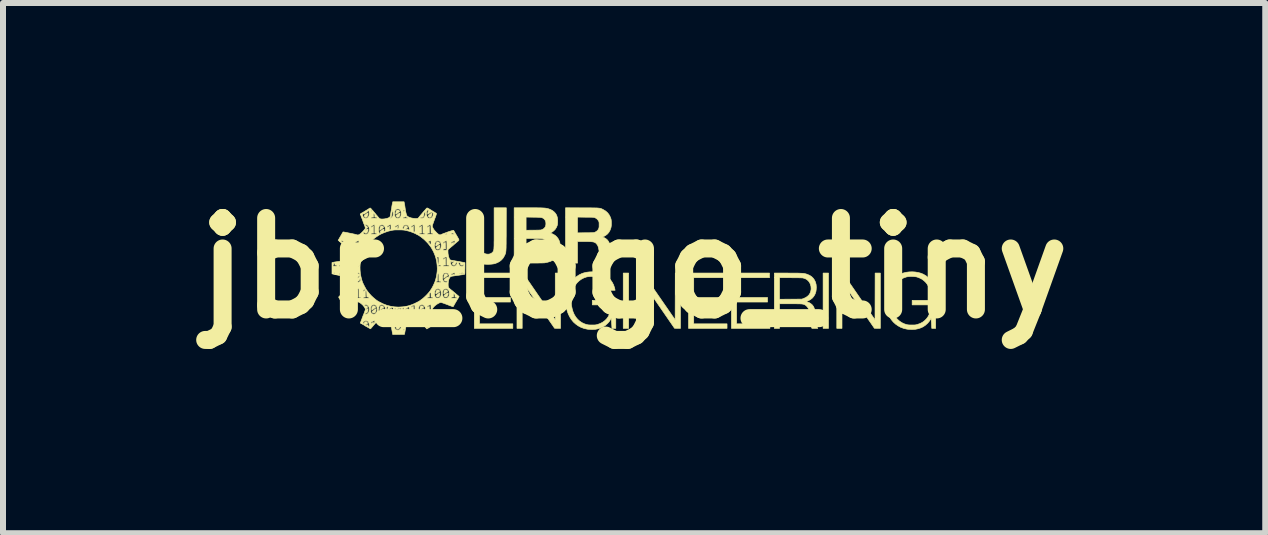
<source format=kicad_pcb>
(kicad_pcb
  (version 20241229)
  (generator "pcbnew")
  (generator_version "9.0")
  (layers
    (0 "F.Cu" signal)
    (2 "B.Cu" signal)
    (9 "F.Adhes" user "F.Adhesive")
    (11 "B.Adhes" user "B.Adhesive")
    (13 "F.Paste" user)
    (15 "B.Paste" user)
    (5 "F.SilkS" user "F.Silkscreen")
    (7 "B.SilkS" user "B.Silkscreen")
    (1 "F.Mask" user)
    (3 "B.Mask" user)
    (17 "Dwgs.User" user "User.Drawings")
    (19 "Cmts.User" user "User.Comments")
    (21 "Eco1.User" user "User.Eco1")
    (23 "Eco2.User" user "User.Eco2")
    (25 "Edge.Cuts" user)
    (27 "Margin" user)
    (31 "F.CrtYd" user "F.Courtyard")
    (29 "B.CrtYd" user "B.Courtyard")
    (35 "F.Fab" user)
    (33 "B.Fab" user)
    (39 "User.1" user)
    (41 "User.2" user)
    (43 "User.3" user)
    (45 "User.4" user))
  (footprint "jbr_logo_tiny"
    (layer "F.Cu")
    (at 7.518 1.418)
    (property "Reference" "jbr_logo_tiny" (at 0 0 0) (layer "F.SilkS") (effects (font (size 1.524 1.524) (thickness 0.3))))
    (attr through_hole)
    (fp_poly (pts (xy -0.091 1.005) (xy -0.181 1.005) (xy -0.181 0.083) (xy -0.091 0.083) (xy -0.091 1.005)) (stroke (width 0.01) (type solid)) (fill yes) (layer "F.SilkS"))
    (fp_poly (pts (xy 3.24 1.005) (xy 3.15 1.005) (xy 3.15 0.083) (xy 3.24 0.083) (xy 3.24 1.005)) (stroke (width 0.01) (type solid)) (fill yes) (layer "F.SilkS"))
    (fp_poly (pts (xy -2.028 0.16) (xy -2.576 0.16) (xy -2.576 0.49) (xy -2.061 0.49) (xy -2.061 0.566) (xy -2.576 0.566) (xy -2.576 0.929) (xy -2.021 0.929) (xy -2.021 1.005) (xy -2.663 1.005) (xy -2.663 0.083) (xy -2.028 0.083) (xy -2.028 0.16)) (stroke (width 0.01) (type solid)) (fill yes) (layer "F.SilkS"))
    (fp_poly (pts (xy 1.542 0.16) (xy 0.994 0.16) (xy 0.994 0.49) (xy 1.509 0.49) (xy 1.509 0.566) (xy 0.994 0.566) (xy 0.994 0.929) (xy 1.549 0.929) (xy 1.549 1.005) (xy 0.907 1.005) (xy 0.907 0.083) (xy 1.542 0.083) (xy 1.542 0.16)) (stroke (width 0.01) (type solid)) (fill yes) (layer "F.SilkS"))
    (fp_poly (pts (xy 2.257 0.16) (xy 1.709 0.16) (xy 1.709 0.49) (xy 2.224 0.49) (xy 2.224 0.566) (xy 1.709 0.566) (xy 1.709 0.929) (xy 2.264 0.929) (xy 2.264 1.005) (xy 1.622 1.005) (xy 1.622 0.083) (xy 2.257 0.083) (xy 2.257 0.16)) (stroke (width 0.01) (type solid)) (fill yes) (layer "F.SilkS"))
    (fp_poly (pts (xy -4.595 -0.169) (xy -4.584 -0.164) (xy -4.578 -0.156) (xy -4.572 -0.145) (xy -4.594 -0.128) (xy -4.607 -0.118) (xy -4.618 -0.11) (xy -4.626 -0.104) (xy -4.627 -0.104) (xy -4.637 -0.097) (xy -4.637 -0.12) (xy -4.635 -0.142) (xy -4.629 -0.157) (xy -4.619 -0.167) (xy -4.605 -0.17) (xy -4.595 -0.169)) (stroke (width 0.01) (type solid)) (fill yes) (layer "F.SilkS"))
    (fp_poly (pts (xy -4.193 0.63) (xy -4.183 0.637) (xy -4.182 0.639) (xy -4.176 0.647) (xy -4.173 0.652) (xy -4.173 0.653) (xy -4.176 0.656) (xy -4.183 0.662) (xy -4.194 0.671) (xy -4.206 0.68) (xy -4.238 0.704) (xy -4.238 0.687) (xy -4.236 0.665) (xy -4.231 0.647) (xy -4.222 0.635) (xy -4.21 0.629) (xy -4.203 0.628) (xy -4.193 0.63)) (stroke (width 0.01) (type solid)) (fill yes) (layer "F.SilkS"))
    (fp_poly (pts (xy -4.191 -0.701) (xy -4.181 -0.693) (xy -4.176 -0.685) (xy -4.174 -0.678) (xy -4.177 -0.673) (xy -4.18 -0.671) (xy -4.186 -0.667) (xy -4.196 -0.659) (xy -4.209 -0.65) (xy -4.213 -0.647) (xy -4.238 -0.627) (xy -4.238 -0.645) (xy -4.236 -0.667) (xy -4.231 -0.685) (xy -4.222 -0.697) (xy -4.21 -0.703) (xy -4.203 -0.704) (xy -4.191 -0.701)) (stroke (width 0.01) (type solid)) (fill yes) (layer "F.SilkS"))
    (fp_poly (pts (xy -3.502 0.692) (xy -3.503 0.712) (xy -3.508 0.728) (xy -3.515 0.741) (xy -3.525 0.749) (xy -3.537 0.751) (xy -3.549 0.748) (xy -3.557 0.742) (xy -3.563 0.737) (xy -3.566 0.732) (xy -3.566 0.726) (xy -3.562 0.72) (xy -3.554 0.713) (xy -3.542 0.703) (xy -3.524 0.69) (xy -3.516 0.684) (xy -3.503 0.675) (xy -3.502 0.692)) (stroke (width 0.01) (type solid)) (fill yes) (layer "F.SilkS"))
    (fp_poly (pts (xy -4.322 0.633) (xy -4.316 0.638) (xy -4.31 0.645) (xy -4.307 0.65) (xy -4.307 0.651) (xy -4.308 0.654) (xy -4.313 0.659) (xy -4.322 0.666) (xy -4.335 0.676) (xy -4.348 0.686) (xy -4.372 0.704) (xy -4.372 0.682) (xy -4.372 0.669) (xy -4.37 0.657) (xy -4.368 0.652) (xy -4.358 0.638) (xy -4.347 0.629) (xy -4.334 0.628) (xy -4.322 0.633)) (stroke (width 0.01) (type solid)) (fill yes) (layer "F.SilkS"))
    (fp_poly (pts (xy -3.238 -0.385) (xy -3.237 -0.379) (xy -3.236 -0.368) (xy -3.237 -0.357) (xy -3.239 -0.345) (xy -3.242 -0.334) (xy -3.245 -0.327) (xy -3.245 -0.327) (xy -3.257 -0.318) (xy -3.271 -0.315) (xy -3.28 -0.316) (xy -3.289 -0.322) (xy -3.296 -0.33) (xy -3.302 -0.34) (xy -3.285 -0.354) (xy -3.266 -0.369) (xy -3.249 -0.381) (xy -3.241 -0.386) (xy -3.238 -0.385)) (stroke (width 0.01) (type solid)) (fill yes) (layer "F.SilkS"))
    (fp_poly (pts (xy -3.237 0.436) (xy -3.239 0.456) (xy -3.244 0.47) (xy -3.252 0.478) (xy -3.264 0.482) (xy -3.271 0.483) (xy -3.282 0.482) (xy -3.289 0.478) (xy -3.294 0.471) (xy -3.302 0.459) (xy -3.29 0.449) (xy -3.279 0.44) (xy -3.267 0.431) (xy -3.266 0.43) (xy -3.255 0.422) (xy -3.246 0.416) (xy -3.244 0.415) (xy -3.236 0.409) (xy -3.237 0.436)) (stroke (width 0.01) (type solid)) (fill yes) (layer "F.SilkS"))
    (fp_poly (pts (xy -3.924 0.899) (xy -3.914 0.907) (xy -3.904 0.919) (xy -3.927 0.936) (xy -3.939 0.946) (xy -3.951 0.955) (xy -3.959 0.961) (xy -3.959 0.961) (xy -3.966 0.966) (xy -3.971 0.969) (xy -3.971 0.969) (xy -3.972 0.966) (xy -3.973 0.957) (xy -3.973 0.953) (xy -3.971 0.933) (xy -3.966 0.916) (xy -3.957 0.904) (xy -3.947 0.897) (xy -3.936 0.895) (xy -3.924 0.899)) (stroke (width 0.01) (type solid)) (fill yes) (layer "F.SilkS"))
    (fp_poly (pts (xy -4.703 0.425) (xy -4.704 0.448) (xy -4.709 0.465) (xy -4.714 0.473) (xy -4.721 0.48) (xy -4.729 0.482) (xy -4.737 0.483) (xy -4.748 0.482) (xy -4.755 0.478) (xy -4.76 0.472) (xy -4.765 0.464) (xy -4.768 0.459) (xy -4.768 0.458) (xy -4.765 0.455) (xy -4.758 0.449) (xy -4.749 0.443) (xy -4.737 0.434) (xy -4.724 0.424) (xy -4.718 0.42) (xy -4.704 0.409) (xy -4.703 0.425)) (stroke (width 0.01) (type solid)) (fill yes) (layer "F.SilkS"))
    (fp_poly (pts (xy -3.926 -0.968) (xy -3.919 -0.963) (xy -3.914 -0.957) (xy -3.904 -0.945) (xy -3.914 -0.938) (xy -3.921 -0.932) (xy -3.932 -0.924) (xy -3.945 -0.914) (xy -3.945 -0.913) (xy -3.956 -0.905) (xy -3.965 -0.899) (xy -3.97 -0.896) (xy -3.971 -0.896) (xy -3.972 -0.9) (xy -3.973 -0.91) (xy -3.972 -0.92) (xy -3.968 -0.942) (xy -3.961 -0.957) (xy -3.95 -0.966) (xy -3.937 -0.969) (xy -3.926 -0.968)) (stroke (width 0.01) (type solid)) (fill yes) (layer "F.SilkS"))
    (fp_poly (pts (xy -3.368 -0.918) (xy -3.367 -0.91) (xy -3.368 -0.898) (xy -3.37 -0.885) (xy -3.373 -0.875) (xy -3.38 -0.86) (xy -3.39 -0.849) (xy -3.401 -0.845) (xy -3.414 -0.847) (xy -3.424 -0.854) (xy -3.431 -0.864) (xy -3.432 -0.873) (xy -3.425 -0.881) (xy -3.418 -0.887) (xy -3.406 -0.896) (xy -3.392 -0.906) (xy -3.388 -0.91) (xy -3.379 -0.916) (xy -3.372 -0.921) (xy -3.37 -0.922) (xy -3.368 -0.918)) (stroke (width 0.01) (type solid)) (fill yes) (layer "F.SilkS"))
    (fp_poly (pts (xy -3.902 -0.918) (xy -3.901 -0.91) (xy -3.901 -0.906) (xy -3.903 -0.883) (xy -3.911 -0.864) (xy -3.917 -0.855) (xy -3.928 -0.848) (xy -3.94 -0.846) (xy -3.951 -0.849) (xy -3.953 -0.851) (xy -3.96 -0.859) (xy -3.965 -0.866) (xy -3.969 -0.873) (xy -3.968 -0.877) (xy -3.966 -0.878) (xy -3.956 -0.885) (xy -3.943 -0.894) (xy -3.93 -0.903) (xy -3.925 -0.907) (xy -3.913 -0.916) (xy -3.906 -0.919) (xy -3.902 -0.918)) (stroke (width 0.01) (type solid)) (fill yes) (layer "F.SilkS"))
    (fp_poly (pts (xy -3.901 0.947) (xy -3.901 0.955) (xy -3.901 0.966) (xy -3.903 0.978) (xy -3.904 0.985) (xy -3.909 0.998) (xy -3.918 1.009) (xy -3.928 1.017) (xy -3.937 1.02) (xy -3.944 1.017) (xy -3.953 1.011) (xy -3.958 1.007) (xy -3.971 0.994) (xy -3.96 0.984) (xy -3.952 0.978) (xy -3.942 0.97) (xy -3.93 0.961) (xy -3.919 0.953) (xy -3.909 0.947) (xy -3.904 0.944) (xy -3.903 0.943) (xy -3.901 0.947)) (stroke (width 0.01) (type solid)) (fill yes) (layer "F.SilkS"))
    (fp_poly (pts (xy -3.521 0.633) (xy -3.512 0.642) (xy -3.508 0.65) (xy -3.51 0.656) (xy -3.517 0.663) (xy -3.518 0.664) (xy -3.53 0.672) (xy -3.542 0.681) (xy -3.544 0.683) (xy -3.557 0.693) (xy -3.564 0.697) (xy -3.568 0.697) (xy -3.57 0.692) (xy -3.571 0.683) (xy -3.571 0.681) (xy -3.569 0.663) (xy -3.566 0.649) (xy -3.559 0.638) (xy -3.556 0.636) (xy -3.545 0.629) (xy -3.533 0.628) (xy -3.521 0.633)) (stroke (width 0.01) (type solid)) (fill yes) (layer "F.SilkS"))
    (fp_poly (pts (xy -4.726 0.363) (xy -4.725 0.364) (xy -4.718 0.369) (xy -4.712 0.376) (xy -4.708 0.384) (xy -4.707 0.389) (xy -4.708 0.391) (xy -4.713 0.393) (xy -4.721 0.399) (xy -4.733 0.408) (xy -4.741 0.414) (xy -4.753 0.423) (xy -4.763 0.43) (xy -4.769 0.435) (xy -4.771 0.435) (xy -4.771 0.432) (xy -4.771 0.423) (xy -4.771 0.411) (xy -4.771 0.411) (xy -4.768 0.391) (xy -4.761 0.375) (xy -4.752 0.365) (xy -4.74 0.361) (xy -4.726 0.363)) (stroke (width 0.01) (type solid)) (fill yes) (layer "F.SilkS"))
    (fp_poly (pts (xy -4.037 0.677) (xy -4.035 0.685) (xy -4.035 0.69) (xy -4.037 0.714) (xy -4.043 0.731) (xy -4.052 0.743) (xy -4.064 0.75) (xy -4.076 0.75) (xy -4.087 0.745) (xy -4.094 0.741) (xy -4.097 0.737) (xy -4.097 0.737) (xy -4.098 0.731) (xy -4.099 0.728) (xy -4.097 0.723) (xy -4.09 0.716) (xy -4.077 0.705) (xy -4.072 0.702) (xy -4.06 0.692) (xy -4.05 0.684) (xy -4.044 0.679) (xy -4.043 0.678) (xy -4.04 0.674) (xy -4.037 0.677)) (stroke (width 0.01) (type solid)) (fill yes) (layer "F.SilkS"))
    (fp_poly (pts (xy -3.127 0.095) (xy -3.12 0.099) (xy -3.114 0.107) (xy -3.112 0.11) (xy -3.108 0.117) (xy -3.108 0.122) (xy -3.112 0.127) (xy -3.118 0.133) (xy -3.122 0.134) (xy -3.128 0.137) (xy -3.133 0.141) (xy -3.139 0.147) (xy -3.149 0.155) (xy -3.156 0.16) (xy -3.172 0.172) (xy -3.171 0.144) (xy -3.169 0.129) (xy -3.167 0.119) (xy -3.164 0.112) (xy -3.159 0.105) (xy -3.159 0.105) (xy -3.147 0.096) (xy -3.137 0.094) (xy -3.127 0.095)) (stroke (width 0.01) (type solid)) (fill yes) (layer "F.SilkS"))
    (fp_poly (pts (xy -4.169 0.679) (xy -4.167 0.688) (xy -4.168 0.702) (xy -4.172 0.722) (xy -4.18 0.737) (xy -4.19 0.747) (xy -4.202 0.751) (xy -4.215 0.748) (xy -4.22 0.745) (xy -4.227 0.741) (xy -4.23 0.739) (xy -4.231 0.735) (xy -4.232 0.731) (xy -4.233 0.726) (xy -4.23 0.721) (xy -4.223 0.714) (xy -4.213 0.706) (xy -4.202 0.698) (xy -4.194 0.692) (xy -4.189 0.69) (xy -4.189 0.689) (xy -4.186 0.687) (xy -4.18 0.682) (xy -4.173 0.677) (xy -4.169 0.679)) (stroke (width 0.01) (type solid)) (fill yes) (layer "F.SilkS"))
    (fp_poly (pts (xy -3.102 0.412) (xy -3.099 0.418) (xy -3.099 0.428) (xy -3.101 0.441) (xy -3.105 0.455) (xy -3.111 0.467) (xy -3.114 0.473) (xy -3.12 0.479) (xy -3.128 0.482) (xy -3.137 0.483) (xy -3.148 0.482) (xy -3.156 0.478) (xy -3.16 0.473) (xy -3.166 0.463) (xy -3.167 0.456) (xy -3.161 0.45) (xy -3.16 0.449) (xy -3.153 0.445) (xy -3.143 0.438) (xy -3.131 0.429) (xy -3.129 0.427) (xy -3.118 0.419) (xy -3.108 0.414) (xy -3.103 0.412) (xy -3.102 0.412)) (stroke (width 0.01) (type solid)) (fill yes) (layer "F.SilkS"))
    (fp_poly (pts (xy -3.901 0.678) (xy -3.901 0.687) (xy -3.901 0.698) (xy -3.902 0.711) (xy -3.903 0.716) (xy -3.908 0.731) (xy -3.917 0.742) (xy -3.928 0.749) (xy -3.94 0.75) (xy -3.952 0.746) (xy -3.954 0.745) (xy -3.961 0.737) (xy -3.965 0.731) (xy -3.967 0.728) (xy -3.966 0.724) (xy -3.963 0.72) (xy -3.956 0.714) (xy -3.944 0.705) (xy -3.935 0.698) (xy -3.927 0.693) (xy -3.918 0.685) (xy -3.917 0.684) (xy -3.909 0.678) (xy -3.904 0.675) (xy -3.903 0.675) (xy -3.901 0.678)) (stroke (width 0.01) (type solid)) (fill yes) (layer "F.SilkS"))
    (fp_poly (pts (xy -3.256 0.365) (xy -3.248 0.371) (xy -3.242 0.38) (xy -3.241 0.388) (xy -3.246 0.393) (xy -3.248 0.394) (xy -3.253 0.397) (xy -3.255 0.399) (xy -3.258 0.403) (xy -3.265 0.408) (xy -3.265 0.408) (xy -3.275 0.414) (xy -3.282 0.42) (xy -3.291 0.427) (xy -3.298 0.431) (xy -3.302 0.433) (xy -3.305 0.432) (xy -3.305 0.427) (xy -3.306 0.416) (xy -3.304 0.398) (xy -3.298 0.382) (xy -3.29 0.37) (xy -3.281 0.363) (xy -3.279 0.362) (xy -3.267 0.361) (xy -3.256 0.365)) (stroke (width 0.01) (type solid)) (fill yes) (layer "F.SilkS"))
    (fp_poly (pts (xy -3.123 0.365) (xy -3.113 0.375) (xy -3.111 0.378) (xy -3.108 0.385) (xy -3.107 0.389) (xy -3.107 0.39) (xy -3.113 0.394) (xy -3.123 0.401) (xy -3.134 0.409) (xy -3.143 0.416) (xy -3.149 0.421) (xy -3.15 0.422) (xy -3.159 0.428) (xy -3.164 0.432) (xy -3.168 0.434) (xy -3.171 0.433) (xy -3.172 0.429) (xy -3.171 0.42) (xy -3.171 0.409) (xy -3.169 0.393) (xy -3.167 0.382) (xy -3.163 0.375) (xy -3.161 0.372) (xy -3.149 0.363) (xy -3.135 0.361) (xy -3.123 0.365)) (stroke (width 0.01) (type solid)) (fill yes) (layer "F.SilkS"))
    (fp_poly (pts (xy -4.435 -0.918) (xy -4.434 -0.91) (xy -4.435 -0.898) (xy -4.437 -0.885) (xy -4.44 -0.875) (xy -4.447 -0.86) (xy -4.457 -0.849) (xy -4.469 -0.845) (xy -4.482 -0.847) (xy -4.485 -0.849) (xy -4.491 -0.855) (xy -4.496 -0.864) (xy -4.496 -0.864) (xy -4.498 -0.871) (xy -4.497 -0.876) (xy -4.492 -0.882) (xy -4.488 -0.885) (xy -4.48 -0.892) (xy -4.475 -0.896) (xy -4.474 -0.896) (xy -4.47 -0.898) (xy -4.462 -0.904) (xy -4.455 -0.909) (xy -4.446 -0.916) (xy -4.439 -0.92) (xy -4.437 -0.922) (xy -4.435 -0.918)) (stroke (width 0.01) (type solid)) (fill yes) (layer "F.SilkS"))
    (fp_poly (pts (xy -4.3 0.678) (xy -4.3 0.686) (xy -4.301 0.698) (xy -4.303 0.71) (xy -4.305 0.721) (xy -4.307 0.729) (xy -4.307 0.73) (xy -4.317 0.743) (xy -4.329 0.75) (xy -4.342 0.75) (xy -4.355 0.743) (xy -4.358 0.741) (xy -4.365 0.733) (xy -4.369 0.728) (xy -4.369 0.727) (xy -4.366 0.723) (xy -4.359 0.717) (xy -4.349 0.709) (xy -4.347 0.707) (xy -4.334 0.698) (xy -4.323 0.69) (xy -4.315 0.683) (xy -4.314 0.683) (xy -4.307 0.678) (xy -4.302 0.675) (xy -4.302 0.675) (xy -4.3 0.678)) (stroke (width 0.01) (type solid)) (fill yes) (layer "F.SilkS"))
    (fp_poly (pts (xy -3.767 0.678) (xy -3.766 0.686) (xy -3.767 0.698) (xy -3.77 0.711) (xy -3.773 0.722) (xy -3.778 0.736) (xy -3.786 0.744) (xy -3.789 0.746) (xy -3.801 0.75) (xy -3.812 0.749) (xy -3.823 0.742) (xy -3.824 0.741) (xy -3.831 0.733) (xy -3.835 0.728) (xy -3.835 0.726) (xy -3.833 0.723) (xy -3.825 0.716) (xy -3.815 0.708) (xy -3.813 0.707) (xy -3.801 0.698) (xy -3.789 0.689) (xy -3.781 0.683) (xy -3.781 0.683) (xy -3.774 0.678) (xy -3.769 0.675) (xy -3.769 0.675) (xy -3.767 0.678)) (stroke (width 0.01) (type solid)) (fill yes) (layer "F.SilkS"))
    (fp_poly (pts (xy -3.392 0.897) (xy -3.391 0.897) (xy -3.381 0.904) (xy -3.376 0.913) (xy -3.375 0.921) (xy -3.38 0.927) (xy -3.385 0.931) (xy -3.395 0.938) (xy -3.407 0.947) (xy -3.411 0.95) (xy -3.423 0.958) (xy -3.432 0.965) (xy -3.437 0.968) (xy -3.438 0.969) (xy -3.439 0.966) (xy -3.44 0.958) (xy -3.44 0.955) (xy -3.439 0.943) (xy -3.436 0.929) (xy -3.434 0.922) (xy -3.43 0.91) (xy -3.425 0.903) (xy -3.417 0.897) (xy -3.416 0.897) (xy -3.407 0.894) (xy -3.4 0.893) (xy -3.392 0.897)) (stroke (width 0.01) (type solid)) (fill yes) (layer "F.SilkS"))
    (fp_poly (pts (xy -3.256 -0.433) (xy -3.252 -0.43) (xy -3.245 -0.423) (xy -3.241 -0.415) (xy -3.24 -0.409) (xy -3.243 -0.406) (xy -3.243 -0.406) (xy -3.248 -0.404) (xy -3.255 -0.399) (xy -3.256 -0.398) (xy -3.264 -0.391) (xy -3.276 -0.383) (xy -3.288 -0.374) (xy -3.297 -0.367) (xy -3.301 -0.365) (xy -3.304 -0.365) (xy -3.305 -0.371) (xy -3.306 -0.383) (xy -3.306 -0.384) (xy -3.303 -0.405) (xy -3.294 -0.424) (xy -3.286 -0.434) (xy -3.282 -0.436) (xy -3.274 -0.438) (xy -3.274 -0.438) (xy -3.265 -0.438) (xy -3.256 -0.433)) (stroke (width 0.01) (type solid)) (fill yes) (layer "F.SilkS"))
    (fp_poly (pts (xy -1.584 0.473) (xy -1.315 0.862) (xy -1.314 0.473) (xy -1.314 0.083) (xy -1.226 0.083) (xy -1.226 1.005) (xy -1.276 1.004) (xy -1.325 1.003) (xy -1.592 0.617) (xy -1.624 0.569) (xy -1.656 0.523) (xy -1.686 0.479) (xy -1.715 0.438) (xy -1.742 0.399) (xy -1.767 0.363) (xy -1.789 0.331) (xy -1.809 0.303) (xy -1.826 0.278) (xy -1.84 0.258) (xy -1.851 0.243) (xy -1.858 0.234) (xy -1.861 0.229) (xy -1.862 0.229) (xy -1.862 0.233) (xy -1.863 0.243) (xy -1.863 0.261) (xy -1.864 0.285) (xy -1.864 0.317) (xy -1.864 0.355) (xy -1.865 0.4) (xy -1.865 0.452) (xy -1.865 0.511) (xy -1.865 0.575) (xy -1.865 0.617) (xy -1.865 1.005) (xy -1.952 1.005) (xy -1.952 0.083) (xy -1.852 0.083) (xy -1.584 0.473)) (stroke (width 0.01) (type solid)) (fill yes) (layer "F.SilkS"))
    (fp_poly (pts (xy 0.415 0.473) (xy 0.684 0.862) (xy 0.685 0.473) (xy 0.686 0.083) (xy 0.773 0.083) (xy 0.773 1.005) (xy 0.723 1.004) (xy 0.674 1.003) (xy 0.408 0.617) (xy 0.375 0.569) (xy 0.343 0.523) (xy 0.313 0.479) (xy 0.284 0.438) (xy 0.257 0.399) (xy 0.232 0.363) (xy 0.21 0.331) (xy 0.19 0.303) (xy 0.173 0.278) (xy 0.159 0.258) (xy 0.148 0.243) (xy 0.141 0.234) (xy 0.138 0.229) (xy 0.138 0.229) (xy 0.137 0.233) (xy 0.137 0.243) (xy 0.136 0.261) (xy 0.136 0.285) (xy 0.135 0.317) (xy 0.135 0.355) (xy 0.135 0.4) (xy 0.134 0.452) (xy 0.134 0.511) (xy 0.134 0.575) (xy 0.134 0.617) (xy 0.134 1.005) (xy 0.047 1.005) (xy 0.047 0.083) (xy 0.147 0.083) (xy 0.415 0.473)) (stroke (width 0.01) (type solid)) (fill yes) (layer "F.SilkS"))
    (fp_poly (pts (xy 3.747 0.473) (xy 4.015 0.862) (xy 4.016 0.473) (xy 4.017 0.083) (xy 4.104 0.083) (xy 4.104 1.005) (xy 4.054 1.004) (xy 4.005 1.003) (xy 3.739 0.617) (xy 3.706 0.569) (xy 3.674 0.523) (xy 3.644 0.479) (xy 3.615 0.438) (xy 3.588 0.399) (xy 3.563 0.363) (xy 3.541 0.331) (xy 3.521 0.303) (xy 3.504 0.278) (xy 3.49 0.258) (xy 3.479 0.243) (xy 3.472 0.234) (xy 3.469 0.229) (xy 3.469 0.229) (xy 3.468 0.233) (xy 3.468 0.243) (xy 3.467 0.261) (xy 3.467 0.285) (xy 3.466 0.317) (xy 3.466 0.355) (xy 3.466 0.4) (xy 3.466 0.452) (xy 3.465 0.511) (xy 3.465 0.575) (xy 3.465 0.617) (xy 3.465 1.005) (xy 3.378 1.005) (xy 3.378 0.083) (xy 3.478 0.083) (xy 3.747 0.473)) (stroke (width 0.01) (type solid)) (fill yes) (layer "F.SilkS"))
    (fp_poly (pts (xy -2.131 -0.649) (xy -2.131 -0.588) (xy -2.131 -0.533) (xy -2.132 -0.485) (xy -2.132 -0.443) (xy -2.132 -0.406) (xy -2.133 -0.375) (xy -2.133 -0.347) (xy -2.134 -0.324) (xy -2.135 -0.305) (xy -2.136 -0.288) (xy -2.138 -0.274) (xy -2.139 -0.262) (xy -2.141 -0.252) (xy -2.144 -0.243) (xy -2.147 -0.235) (xy -2.15 -0.227) (xy -2.154 -0.219) (xy -2.158 -0.211) (xy -2.161 -0.204) (xy -2.182 -0.168) (xy -2.209 -0.137) (xy -2.241 -0.111) (xy -2.277 -0.091) (xy -2.319 -0.075) (xy -2.331 -0.072) (xy -2.349 -0.069) (xy -2.372 -0.066) (xy -2.397 -0.064) (xy -2.425 -0.063) (xy -2.451 -0.063) (xy -2.474 -0.064) (xy -2.493 -0.065) (xy -2.494 -0.065) (xy -2.542 -0.076) (xy -2.586 -0.092) (xy -2.624 -0.113) (xy -2.657 -0.139) (xy -2.685 -0.17) (xy -2.708 -0.207) (xy -2.713 -0.216) (xy -2.72 -0.233) (xy -2.726 -0.249) (xy -2.731 -0.264) (xy -2.734 -0.281) (xy -2.736 -0.301) (xy -2.738 -0.325) (xy -2.739 -0.355) (xy -2.739 -0.357) (xy -2.74 -0.428) (xy -2.555 -0.428) (xy -2.554 -0.375) (xy -2.552 -0.345) (xy -2.549 -0.322) (xy -2.545 -0.303) (xy -2.539 -0.287) (xy -2.53 -0.274) (xy -2.519 -0.261) (xy -2.518 -0.261) (xy -2.5 -0.247) (xy -2.478 -0.238) (xy -2.454 -0.233) (xy -2.429 -0.232) (xy -2.405 -0.236) (xy -2.384 -0.245) (xy -2.365 -0.257) (xy -2.351 -0.273) (xy -2.349 -0.277) (xy -2.346 -0.282) (xy -2.344 -0.287) (xy -2.342 -0.292) (xy -2.34 -0.298) (xy -2.339 -0.306) (xy -2.338 -0.315) (xy -2.336 -0.326) (xy -2.336 -0.34) (xy -2.335 -0.357) (xy -2.334 -0.378) (xy -2.334 -0.402) (xy -2.334 -0.431) (xy -2.333 -0.465) (xy -2.333 -0.505) (xy -2.333 -0.55) (xy -2.333 -0.601) (xy -2.333 -0.66) (xy -2.333 -0.665) (xy -2.333 -1.005) (xy -2.13 -1.005) (xy -2.131 -0.649)) (stroke (width 0.01) (type solid)) (fill yes) (layer "F.SilkS"))
    (fp_poly (pts (xy 2.564 0.083) (xy 2.615 0.084) (xy 2.659 0.084) (xy 2.697 0.084) (xy 2.73 0.084) (xy 2.757 0.085) (xy 2.781 0.086) (xy 2.801 0.087) (xy 2.818 0.088) (xy 2.832 0.09) (xy 2.845 0.092) (xy 2.856 0.095) (xy 2.867 0.098) (xy 2.878 0.101) (xy 2.888 0.105) (xy 2.927 0.122) (xy 2.96 0.144) (xy 2.987 0.171) (xy 3.008 0.202) (xy 3.024 0.237) (xy 3.034 0.276) (xy 3.037 0.319) (xy 3.037 0.323) (xy 3.035 0.358) (xy 3.031 0.389) (xy 3.022 0.418) (xy 3.012 0.442) (xy 2.992 0.475) (xy 2.967 0.503) (xy 2.937 0.526) (xy 2.904 0.544) (xy 2.877 0.553) (xy 2.866 0.556) (xy 2.862 0.558) (xy 2.863 0.559) (xy 2.868 0.561) (xy 2.879 0.563) (xy 2.892 0.566) (xy 2.894 0.567) (xy 2.921 0.577) (xy 2.947 0.594) (xy 2.97 0.614) (xy 2.989 0.639) (xy 2.993 0.647) (xy 3.001 0.666) (xy 3.008 0.689) (xy 3.013 0.716) (xy 3.018 0.748) (xy 3.021 0.787) (xy 3.022 0.811) (xy 3.025 0.853) (xy 3.028 0.888) (xy 3.032 0.918) (xy 3.037 0.943) (xy 3.042 0.964) (xy 3.049 0.981) (xy 3.053 0.99) (xy 3.062 1.005) (xy 2.964 1.005) (xy 2.959 0.993) (xy 2.956 0.984) (xy 2.953 0.972) (xy 2.95 0.956) (xy 2.948 0.936) (xy 2.945 0.912) (xy 2.943 0.881) (xy 2.941 0.86) (xy 2.938 0.822) (xy 2.935 0.79) (xy 2.932 0.763) (xy 2.928 0.741) (xy 2.924 0.722) (xy 2.919 0.705) (xy 2.913 0.691) (xy 2.9 0.666) (xy 2.883 0.643) (xy 2.863 0.623) (xy 2.849 0.614) (xy 2.842 0.61) (xy 2.835 0.607) (xy 2.827 0.604) (xy 2.819 0.602) (xy 2.808 0.6) (xy 2.795 0.598) (xy 2.779 0.597) (xy 2.759 0.596) (xy 2.734 0.596) (xy 2.705 0.595) (xy 2.67 0.595) (xy 2.628 0.595) (xy 2.608 0.595) (xy 2.424 0.595) (xy 2.424 1.005) (xy 2.337 1.005) (xy 2.337 0.519) (xy 2.424 0.519) (xy 2.796 0.517) (xy 2.824 0.507) (xy 2.86 0.491) (xy 2.889 0.471) (xy 2.914 0.447) (xy 2.932 0.419) (xy 2.944 0.387) (xy 2.95 0.352) (xy 2.95 0.339) (xy 2.947 0.301) (xy 2.937 0.267) (xy 2.922 0.237) (xy 2.905 0.215) (xy 2.889 0.2) (xy 2.872 0.187) (xy 2.852 0.177) (xy 2.832 0.17) (xy 2.826 0.168) (xy 2.821 0.167) (xy 2.815 0.165) (xy 2.808 0.164) (xy 2.799 0.163) (xy 2.787 0.163) (xy 2.773 0.162) (xy 2.755 0.162) (xy 2.732 0.161) (xy 2.705 0.161) (xy 2.672 0.161) (xy 2.632 0.161) (xy 2.615 0.16) (xy 2.424 0.159) (xy 2.424 0.519) (xy 2.337 0.519) (xy 2.337 0.083) (xy 2.564 0.083)) (stroke (width 0.01) (type solid)) (fill yes) (layer "F.SilkS"))
    (fp_poly (pts (xy -0.646 0.065) (xy -0.598 0.073) (xy -0.552 0.085) (xy -0.51 0.102) (xy -0.507 0.104) (xy -0.465 0.129) (xy -0.427 0.16) (xy -0.393 0.196) (xy -0.365 0.236) (xy -0.342 0.28) (xy -0.326 0.327) (xy -0.321 0.347) (xy -0.317 0.37) (xy -0.361 0.37) (xy -0.405 0.37) (xy -0.411 0.345) (xy -0.423 0.308) (xy -0.442 0.273) (xy -0.467 0.241) (xy -0.497 0.212) (xy -0.532 0.186) (xy -0.57 0.166) (xy -0.612 0.15) (xy -0.619 0.148) (xy -0.641 0.144) (xy -0.669 0.141) (xy -0.699 0.14) (xy -0.73 0.14) (xy -0.759 0.142) (xy -0.784 0.146) (xy -0.793 0.148) (xy -0.838 0.164) (xy -0.88 0.186) (xy -0.917 0.213) (xy -0.951 0.246) (xy -0.979 0.284) (xy -1.003 0.326) (xy -1.022 0.373) (xy -1.036 0.424) (xy -1.045 0.478) (xy -1.048 0.536) (xy -1.048 0.564) (xy -1.043 0.623) (xy -1.032 0.678) (xy -1.017 0.729) (xy -0.997 0.775) (xy -0.971 0.817) (xy -0.941 0.853) (xy -0.907 0.884) (xy -0.868 0.91) (xy -0.825 0.93) (xy -0.793 0.94) (xy -0.78 0.943) (xy -0.768 0.946) (xy -0.755 0.947) (xy -0.739 0.948) (xy -0.718 0.948) (xy -0.702 0.948) (xy -0.678 0.948) (xy -0.659 0.948) (xy -0.644 0.947) (xy -0.631 0.945) (xy -0.619 0.942) (xy -0.611 0.94) (xy -0.566 0.924) (xy -0.525 0.903) (xy -0.488 0.876) (xy -0.457 0.845) (xy -0.431 0.809) (xy -0.411 0.768) (xy -0.396 0.724) (xy -0.387 0.676) (xy -0.386 0.652) (xy -0.384 0.613) (xy -0.697 0.613) (xy -0.697 0.537) (xy -0.305 0.537) (xy -0.305 1.005) (xy -0.369 1.005) (xy -0.373 0.939) (xy -0.375 0.916) (xy -0.376 0.895) (xy -0.378 0.876) (xy -0.379 0.862) (xy -0.38 0.855) (xy -0.382 0.837) (xy -0.392 0.855) (xy -0.402 0.873) (xy -0.411 0.887) (xy -0.423 0.902) (xy -0.438 0.918) (xy -0.443 0.923) (xy -0.477 0.954) (xy -0.516 0.98) (xy -0.559 0.999) (xy -0.607 1.013) (xy -0.643 1.02) (xy -0.669 1.022) (xy -0.7 1.023) (xy -0.733 1.022) (xy -0.763 1.02) (xy -0.781 1.018) (xy -0.834 1.006) (xy -0.884 0.988) (xy -0.931 0.963) (xy -0.973 0.933) (xy -1.012 0.898) (xy -1.045 0.857) (xy -1.074 0.812) (xy -1.098 0.762) (xy -1.107 0.737) (xy -1.115 0.712) (xy -1.121 0.69) (xy -1.126 0.669) (xy -1.129 0.648) (xy -1.132 0.625) (xy -1.133 0.599) (xy -1.134 0.569) (xy -1.134 0.544) (xy -1.134 0.509) (xy -1.133 0.48) (xy -1.131 0.455) (xy -1.129 0.433) (xy -1.125 0.412) (xy -1.12 0.391) (xy -1.113 0.368) (xy -1.108 0.354) (xy -1.088 0.302) (xy -1.063 0.255) (xy -1.032 0.212) (xy -0.997 0.173) (xy -0.957 0.14) (xy -0.914 0.112) (xy -0.868 0.09) (xy -0.844 0.082) (xy -0.797 0.07) (xy -0.747 0.064) (xy -0.697 0.062) (xy -0.646 0.065)) (stroke (width 0.01) (type solid)) (fill yes) (layer "F.SilkS"))
    (fp_poly (pts (xy 4.684 0.065) (xy 4.733 0.073) (xy 4.778 0.085) (xy 4.82 0.102) (xy 4.823 0.104) (xy 4.866 0.129) (xy 4.904 0.16) (xy 4.937 0.196) (xy 4.965 0.236) (xy 4.988 0.28) (xy 5.004 0.327) (xy 5.009 0.347) (xy 5.014 0.37) (xy 4.97 0.37) (xy 4.926 0.37) (xy 4.92 0.345) (xy 4.907 0.308) (xy 4.888 0.273) (xy 4.863 0.241) (xy 4.833 0.212) (xy 4.799 0.186) (xy 4.76 0.166) (xy 4.719 0.15) (xy 4.712 0.148) (xy 4.689 0.144) (xy 4.661 0.141) (xy 4.631 0.14) (xy 4.6 0.14) (xy 4.571 0.142) (xy 4.546 0.146) (xy 4.538 0.148) (xy 4.492 0.164) (xy 4.45 0.186) (xy 4.413 0.213) (xy 4.38 0.246) (xy 4.351 0.284) (xy 4.327 0.326) (xy 4.308 0.373) (xy 4.294 0.424) (xy 4.286 0.478) (xy 4.282 0.536) (xy 4.283 0.564) (xy 4.288 0.623) (xy 4.298 0.678) (xy 4.313 0.729) (xy 4.334 0.775) (xy 4.359 0.817) (xy 4.389 0.853) (xy 4.424 0.884) (xy 4.463 0.91) (xy 4.506 0.93) (xy 4.538 0.94) (xy 4.55 0.943) (xy 4.562 0.946) (xy 4.575 0.947) (xy 4.592 0.948) (xy 4.613 0.948) (xy 4.628 0.948) (xy 4.653 0.948) (xy 4.672 0.948) (xy 4.687 0.947) (xy 4.699 0.945) (xy 4.711 0.942) (xy 4.719 0.94) (xy 4.765 0.924) (xy 4.806 0.903) (xy 4.842 0.876) (xy 4.873 0.845) (xy 4.899 0.809) (xy 4.92 0.768) (xy 4.934 0.724) (xy 4.943 0.676) (xy 4.945 0.652) (xy 4.947 0.613) (xy 4.634 0.613) (xy 4.634 0.537) (xy 5.026 0.537) (xy 5.026 1.005) (xy 4.961 1.005) (xy 4.957 0.939) (xy 4.956 0.916) (xy 4.954 0.895) (xy 4.953 0.876) (xy 4.951 0.862) (xy 4.951 0.855) (xy 4.949 0.837) (xy 4.939 0.855) (xy 4.929 0.873) (xy 4.919 0.887) (xy 4.907 0.902) (xy 4.893 0.918) (xy 4.888 0.923) (xy 4.853 0.954) (xy 4.814 0.98) (xy 4.771 0.999) (xy 4.724 1.013) (xy 4.688 1.02) (xy 4.661 1.022) (xy 4.63 1.023) (xy 4.598 1.022) (xy 4.568 1.02) (xy 4.549 1.018) (xy 4.496 1.006) (xy 4.446 0.988) (xy 4.4 0.963) (xy 4.357 0.933) (xy 4.319 0.898) (xy 4.285 0.857) (xy 4.256 0.812) (xy 4.233 0.762) (xy 4.224 0.737) (xy 4.215 0.712) (xy 4.209 0.69) (xy 4.204 0.669) (xy 4.201 0.648) (xy 4.199 0.625) (xy 4.197 0.599) (xy 4.197 0.569) (xy 4.197 0.544) (xy 4.197 0.509) (xy 4.198 0.48) (xy 4.199 0.455) (xy 4.202 0.433) (xy 4.206 0.412) (xy 4.211 0.391) (xy 4.217 0.368) (xy 4.222 0.354) (xy 4.242 0.302) (xy 4.268 0.255) (xy 4.298 0.212) (xy 4.334 0.173) (xy 4.373 0.14) (xy 4.416 0.112) (xy 4.462 0.09) (xy 4.487 0.082) (xy 4.534 0.07) (xy 4.583 0.064) (xy 4.634 0.062) (xy 4.684 0.065)) (stroke (width 0.01) (type solid)) (fill yes) (layer "F.SilkS"))
    (fp_poly (pts (xy -0.866 -1.004) (xy -0.813 -1.004) (xy -0.767 -1.004) (xy -0.727 -1.004) (xy -0.693 -1.003) (xy -0.663 -1.003) (xy -0.638 -1.002) (xy -0.617 -1.002) (xy -0.6 -1) (xy -0.585 -0.999) (xy -0.573 -0.997) (xy -0.563 -0.995) (xy -0.553 -0.993) (xy -0.545 -0.989) (xy -0.536 -0.986) (xy -0.528 -0.982) (xy -0.518 -0.977) (xy -0.512 -0.973) (xy -0.476 -0.952) (xy -0.445 -0.925) (xy -0.419 -0.893) (xy -0.399 -0.856) (xy -0.386 -0.822) (xy -0.382 -0.805) (xy -0.38 -0.784) (xy -0.379 -0.759) (xy -0.379 -0.733) (xy -0.38 -0.708) (xy -0.383 -0.686) (xy -0.386 -0.671) (xy -0.4 -0.632) (xy -0.419 -0.598) (xy -0.442 -0.57) (xy -0.472 -0.546) (xy -0.503 -0.528) (xy -0.524 -0.518) (xy -0.504 -0.51) (xy -0.474 -0.494) (xy -0.448 -0.472) (xy -0.427 -0.445) (xy -0.411 -0.413) (xy -0.405 -0.397) (xy -0.401 -0.384) (xy -0.398 -0.369) (xy -0.395 -0.353) (xy -0.393 -0.334) (xy -0.39 -0.31) (xy -0.388 -0.281) (xy -0.387 -0.257) (xy -0.384 -0.221) (xy -0.381 -0.191) (xy -0.378 -0.166) (xy -0.374 -0.145) (xy -0.369 -0.127) (xy -0.364 -0.11) (xy -0.356 -0.094) (xy -0.353 -0.086) (xy -0.356 -0.085) (xy -0.365 -0.085) (xy -0.38 -0.084) (xy -0.4 -0.084) (xy -0.423 -0.084) (xy -0.449 -0.083) (xy -0.453 -0.083) (xy -0.554 -0.083) (xy -0.56 -0.104) (xy -0.563 -0.116) (xy -0.566 -0.13) (xy -0.568 -0.146) (xy -0.571 -0.166) (xy -0.574 -0.19) (xy -0.577 -0.22) (xy -0.579 -0.243) (xy -0.583 -0.283) (xy -0.589 -0.316) (xy -0.595 -0.343) (xy -0.602 -0.366) (xy -0.612 -0.385) (xy -0.623 -0.4) (xy -0.63 -0.408) (xy -0.639 -0.417) (xy -0.649 -0.424) (xy -0.66 -0.429) (xy -0.673 -0.434) (xy -0.688 -0.437) (xy -0.708 -0.439) (xy -0.731 -0.441) (xy -0.76 -0.442) (xy -0.795 -0.443) (xy -0.83 -0.443) (xy -0.943 -0.443) (xy -0.943 -0.083) (xy -1.143 -0.083) (xy -1.143 -0.587) (xy -0.943 -0.587) (xy -0.808 -0.589) (xy -0.773 -0.589) (xy -0.745 -0.589) (xy -0.722 -0.59) (xy -0.704 -0.59) (xy -0.69 -0.591) (xy -0.679 -0.591) (xy -0.671 -0.593) (xy -0.665 -0.594) (xy -0.659 -0.596) (xy -0.654 -0.598) (xy -0.652 -0.598) (xy -0.627 -0.612) (xy -0.607 -0.629) (xy -0.593 -0.651) (xy -0.591 -0.656) (xy -0.587 -0.667) (xy -0.585 -0.677) (xy -0.583 -0.69) (xy -0.583 -0.707) (xy -0.583 -0.72) (xy -0.583 -0.74) (xy -0.583 -0.754) (xy -0.585 -0.765) (xy -0.587 -0.774) (xy -0.591 -0.783) (xy -0.605 -0.804) (xy -0.624 -0.823) (xy -0.647 -0.837) (xy -0.652 -0.839) (xy -0.657 -0.841) (xy -0.663 -0.843) (xy -0.669 -0.844) (xy -0.677 -0.845) (xy -0.686 -0.846) (xy -0.699 -0.847) (xy -0.716 -0.847) (xy -0.737 -0.848) (xy -0.764 -0.848) (xy -0.796 -0.848) (xy -0.808 -0.848) (xy -0.943 -0.85) (xy -0.943 -0.587) (xy -1.143 -0.587) (xy -1.143 -1.005) (xy -0.866 -1.004)) (stroke (width 0.01) (type solid)) (fill yes) (layer "F.SilkS"))
    (fp_poly (pts (xy -1.763 -1.005) (xy -1.711 -1.005) (xy -1.666 -1.005) (xy -1.626 -1.005) (xy -1.593 -1.004) (xy -1.564 -1.004) (xy -1.539 -1.003) (xy -1.518 -1.002) (xy -1.5 -1.001) (xy -1.485 -1) (xy -1.471 -0.998) (xy -1.459 -0.996) (xy -1.447 -0.993) (xy -1.435 -0.991) (xy -1.433 -0.99) (xy -1.395 -0.977) (xy -1.362 -0.96) (xy -1.333 -0.937) (xy -1.309 -0.911) (xy -1.291 -0.881) (xy -1.28 -0.847) (xy -1.278 -0.837) (xy -1.275 -0.817) (xy -1.274 -0.795) (xy -1.274 -0.771) (xy -1.275 -0.748) (xy -1.277 -0.728) (xy -1.279 -0.717) (xy -1.292 -0.683) (xy -1.311 -0.651) (xy -1.336 -0.624) (xy -1.366 -0.601) (xy -1.371 -0.598) (xy -1.383 -0.591) (xy -1.389 -0.586) (xy -1.39 -0.584) (xy -1.388 -0.582) (xy -1.381 -0.579) (xy -1.37 -0.575) (xy -1.357 -0.568) (xy -1.35 -0.565) (xy -1.317 -0.546) (xy -1.289 -0.521) (xy -1.266 -0.491) (xy -1.248 -0.456) (xy -1.237 -0.422) (xy -1.232 -0.396) (xy -1.23 -0.366) (xy -1.23 -0.334) (xy -1.233 -0.304) (xy -1.237 -0.278) (xy -1.251 -0.24) (xy -1.27 -0.206) (xy -1.295 -0.175) (xy -1.326 -0.149) (xy -1.363 -0.126) (xy -1.404 -0.108) (xy -1.451 -0.095) (xy -1.493 -0.087) (xy -1.502 -0.086) (xy -1.519 -0.086) (xy -1.543 -0.085) (xy -1.572 -0.085) (xy -1.608 -0.084) (xy -1.648 -0.084) (xy -1.694 -0.084) (xy -1.745 -0.083) (xy -1.76 -0.083) (xy -1.999 -0.083) (xy -1.999 -0.239) (xy -1.8 -0.239) (xy -1.677 -0.24) (xy -1.64 -0.24) (xy -1.609 -0.24) (xy -1.584 -0.24) (xy -1.564 -0.241) (xy -1.548 -0.242) (xy -1.537 -0.244) (xy -1.531 -0.245) (xy -1.5 -0.254) (xy -1.475 -0.267) (xy -1.456 -0.285) (xy -1.442 -0.307) (xy -1.435 -0.334) (xy -1.432 -0.363) (xy -1.435 -0.395) (xy -1.442 -0.422) (xy -1.454 -0.444) (xy -1.472 -0.462) (xy -1.496 -0.477) (xy -1.512 -0.484) (xy -1.517 -0.486) (xy -1.523 -0.487) (xy -1.53 -0.489) (xy -1.538 -0.49) (xy -1.549 -0.491) (xy -1.563 -0.491) (xy -1.581 -0.492) (xy -1.604 -0.492) (xy -1.632 -0.492) (xy -1.666 -0.493) (xy -1.8 -0.494) (xy -1.8 -0.239) (xy -1.999 -0.239) (xy -1.999 -0.631) (xy -1.8 -0.631) (xy -1.677 -0.632) (xy -1.644 -0.632) (xy -1.617 -0.633) (xy -1.596 -0.633) (xy -1.58 -0.634) (xy -1.567 -0.634) (xy -1.557 -0.635) (xy -1.55 -0.637) (xy -1.544 -0.638) (xy -1.538 -0.64) (xy -1.533 -0.642) (xy -1.509 -0.655) (xy -1.491 -0.672) (xy -1.478 -0.693) (xy -1.471 -0.719) (xy -1.47 -0.749) (xy -1.47 -0.751) (xy -1.474 -0.778) (xy -1.484 -0.799) (xy -1.498 -0.817) (xy -1.507 -0.824) (xy -1.515 -0.83) (xy -1.523 -0.834) (xy -1.532 -0.838) (xy -1.542 -0.841) (xy -1.554 -0.843) (xy -1.569 -0.845) (xy -1.589 -0.846) (xy -1.613 -0.847) (xy -1.642 -0.848) (xy -1.678 -0.848) (xy -1.679 -0.848) (xy -1.8 -0.85) (xy -1.8 -0.631) (xy -1.999 -0.631) (xy -1.999 -1.005) (xy -1.763 -1.005)) (stroke (width 0.01) (type solid)) (fill yes) (layer "F.SilkS"))
    (fp_poly (pts (xy -3.827 -1.072) (xy -3.824 -1.053) (xy -3.82 -1.031) (xy -3.818 -1.011) (xy -3.817 -1.009) (xy -3.814 -0.986) (xy -3.81 -0.962) (xy -3.806 -0.939) (xy -3.801 -0.917) (xy -3.796 -0.898) (xy -3.792 -0.884) (xy -3.788 -0.875) (xy -3.788 -0.874) (xy -3.776 -0.863) (xy -3.759 -0.852) (xy -3.736 -0.843) (xy -3.711 -0.835) (xy -3.683 -0.83) (xy -3.666 -0.828) (xy -3.638 -0.826) (xy -3.617 -0.827) (xy -3.602 -0.831) (xy -3.593 -0.837) (xy -3.592 -0.838) (xy -3.592 -0.839) (xy -3.567 -0.839) (xy -3.563 -0.835) (xy -3.555 -0.832) (xy -3.542 -0.831) (xy -3.528 -0.832) (xy -3.516 -0.834) (xy -3.51 -0.836) (xy -3.498 -0.849) (xy -3.488 -0.867) (xy -3.482 -0.888) (xy -3.481 -0.91) (xy -3.46 -0.91) (xy -3.458 -0.888) (xy -3.453 -0.867) (xy -3.445 -0.85) (xy -3.436 -0.839) (xy -3.425 -0.833) (xy -3.41 -0.831) (xy -3.394 -0.831) (xy -3.38 -0.836) (xy -3.374 -0.839) (xy -3.363 -0.851) (xy -3.355 -0.865) (xy -3.35 -0.884) (xy -3.349 -0.889) (xy -3.324 -0.889) (xy -3.323 -0.881) (xy -3.322 -0.88) (xy -3.32 -0.884) (xy -3.319 -0.885) (xy -3.317 -0.892) (xy -3.32 -0.897) (xy -3.322 -0.898) (xy -3.323 -0.894) (xy -3.324 -0.889) (xy -3.349 -0.889) (xy -3.349 -0.889) (xy -3.347 -0.901) (xy -3.346 -0.909) (xy -3.348 -0.913) (xy -3.352 -0.917) (xy -3.353 -0.919) (xy -3.365 -0.928) (xy -3.374 -0.932) (xy -3.383 -0.932) (xy -3.392 -0.928) (xy -3.402 -0.921) (xy -3.414 -0.913) (xy -3.423 -0.906) (xy -3.429 -0.901) (xy -3.429 -0.901) (xy -3.435 -0.897) (xy -3.437 -0.896) (xy -3.44 -0.899) (xy -3.44 -0.908) (xy -3.439 -0.919) (xy -3.436 -0.932) (xy -3.433 -0.944) (xy -3.433 -0.944) (xy -3.429 -0.955) (xy -3.427 -0.962) (xy -3.429 -0.965) (xy -3.431 -0.968) (xy -3.437 -0.971) (xy -3.442 -0.969) (xy -3.447 -0.962) (xy -3.452 -0.951) (xy -3.458 -0.932) (xy -3.46 -0.91) (xy -3.481 -0.91) (xy -3.481 -0.91) (xy -3.482 -0.924) (xy -3.484 -0.94) (xy -3.493 -0.931) (xy -3.498 -0.923) (xy -3.501 -0.913) (xy -3.502 -0.902) (xy -3.503 -0.884) (xy -3.506 -0.871) (xy -3.513 -0.86) (xy -3.518 -0.855) (xy -3.527 -0.848) (xy -3.538 -0.846) (xy -3.552 -0.848) (xy -3.555 -0.849) (xy -3.561 -0.848) (xy -3.565 -0.844) (xy -3.567 -0.839) (xy -3.592 -0.839) (xy -3.588 -0.845) (xy -3.579 -0.856) (xy -3.568 -0.87) (xy -3.556 -0.885) (xy -3.543 -0.9) (xy -3.531 -0.914) (xy -3.522 -0.925) (xy -3.52 -0.927) (xy -3.51 -0.939) (xy -3.498 -0.953) (xy -3.485 -0.967) (xy -3.474 -0.98) (xy -3.465 -0.99) (xy -3.463 -0.993) (xy -3.458 -0.998) (xy -3.454 -1.001) (xy -3.449 -1.002) (xy -3.443 -1.001) (xy -3.433 -0.996) (xy -3.42 -0.989) (xy -3.403 -0.978) (xy -3.388 -0.969) (xy -3.373 -0.959) (xy -3.354 -0.948) (xy -3.336 -0.937) (xy -3.329 -0.933) (xy -3.316 -0.924) (xy -3.305 -0.918) (xy -3.297 -0.914) (xy -3.295 -0.912) (xy -3.295 -0.908) (xy -3.296 -0.898) (xy -3.3 -0.884) (xy -3.305 -0.868) (xy -3.311 -0.851) (xy -3.317 -0.835) (xy -3.32 -0.829) (xy -3.323 -0.821) (xy -3.327 -0.81) (xy -3.329 -0.806) (xy -3.332 -0.794) (xy -3.338 -0.779) (xy -3.344 -0.763) (xy -3.345 -0.758) (xy -3.351 -0.742) (xy -3.357 -0.726) (xy -3.36 -0.713) (xy -3.361 -0.711) (xy -3.363 -0.701) (xy -3.363 -0.694) (xy -3.36 -0.686) (xy -3.355 -0.674) (xy -3.353 -0.671) (xy -3.346 -0.657) (xy -3.339 -0.645) (xy -3.331 -0.635) (xy -3.321 -0.623) (xy -3.308 -0.609) (xy -3.298 -0.598) (xy -3.283 -0.583) (xy -3.268 -0.57) (xy -3.256 -0.561) (xy -3.253 -0.56) (xy -3.243 -0.555) (xy -3.236 -0.553) (xy -3.23 -0.554) (xy -3.224 -0.556) (xy -3.213 -0.561) (xy -3.209 -0.563) (xy -3.151 -0.563) (xy -3.139 -0.563) (xy -3.127 -0.564) (xy -3.114 -0.568) (xy -3.114 -0.569) (xy -3.105 -0.574) (xy -3.104 -0.575) (xy -3.048 -0.575) (xy -3.048 -0.57) (xy -3.045 -0.568) (xy -3.04 -0.566) (xy -3.029 -0.566) (xy -3.023 -0.566) (xy -2.997 -0.566) (xy -3.003 -0.575) (xy -3.008 -0.581) (xy -3.014 -0.583) (xy -3.024 -0.584) (xy -3.028 -0.584) (xy -3.04 -0.584) (xy -3.046 -0.583) (xy -3.048 -0.579) (xy -3.048 -0.575) (xy -3.104 -0.575) (xy -3.1 -0.579) (xy -3.1 -0.58) (xy -3.102 -0.581) (xy -3.109 -0.581) (xy -3.119 -0.578) (xy -3.13 -0.574) (xy -3.141 -0.569) (xy -3.151 -0.563) (xy -3.209 -0.563) (xy -3.199 -0.567) (xy -3.183 -0.573) (xy -3.169 -0.579) (xy -3.158 -0.582) (xy -3.157 -0.583) (xy -3.147 -0.586) (xy -3.137 -0.59) (xy -3.127 -0.594) (xy -3.113 -0.599) (xy -3.096 -0.605) (xy -3.078 -0.611) (xy -3.059 -0.617) (xy -3.042 -0.622) (xy -3.027 -0.626) (xy -3.016 -0.629) (xy -3.01 -0.63) (xy -3.01 -0.63) (xy -3.006 -0.626) (xy -3.001 -0.618) (xy -2.999 -0.615) (xy -2.995 -0.607) (xy -2.988 -0.595) (xy -2.979 -0.579) (xy -2.97 -0.564) (xy -2.961 -0.549) (xy -2.954 -0.538) (xy -2.954 -0.537) (xy -2.95 -0.53) (xy -2.943 -0.519) (xy -2.936 -0.506) (xy -2.928 -0.492) (xy -2.924 -0.485) (xy -2.92 -0.475) (xy -2.919 -0.468) (xy -2.919 -0.467) (xy -2.922 -0.462) (xy -2.929 -0.454) (xy -2.941 -0.444) (xy -2.954 -0.433) (xy -2.956 -0.432) (xy -2.97 -0.42) (xy -2.983 -0.409) (xy -2.992 -0.401) (xy -2.998 -0.396) (xy -2.998 -0.396) (xy -3.003 -0.391) (xy -3.013 -0.382) (xy -3.025 -0.372) (xy -3.039 -0.36) (xy -3.04 -0.36) (xy -3.055 -0.347) (xy -3.069 -0.335) (xy -3.081 -0.325) (xy -3.089 -0.318) (xy -3.102 -0.306) (xy -3.102 -0.275) (xy -3.101 -0.247) (xy -3.097 -0.219) (xy -3.091 -0.192) (xy -3.084 -0.169) (xy -3.076 -0.151) (xy -3.071 -0.144) (xy -3.066 -0.139) (xy -3.06 -0.135) (xy -3.05 -0.132) (xy -3.036 -0.13) (xy -3.031 -0.129) (xy -3.014 -0.126) (xy -2.998 -0.123) (xy -2.985 -0.121) (xy -2.983 -0.12) (xy -2.97 -0.118) (xy -2.954 -0.115) (xy -2.941 -0.113) (xy -2.922 -0.11) (xy -2.896 -0.105) (xy -2.864 -0.099) (xy -2.828 -0.092) (xy -2.819 -0.091) (xy -2.819 0.003) (xy -2.82 0.028) (xy -2.82 0.051) (xy -2.82 0.071) (xy -2.821 0.087) (xy -2.822 0.097) (xy -2.822 0.101) (xy -2.824 0.102) (xy -2.826 0.103) (xy -2.831 0.105) (xy -2.839 0.106) (xy -2.849 0.108) (xy -2.864 0.111) (xy -2.882 0.113) (xy -2.906 0.117) (xy -2.936 0.121) (xy -2.972 0.126) (xy -2.995 0.129) (xy -3.013 0.132) (xy -3.029 0.134) (xy -3.042 0.137) (xy -3.048 0.138) (xy -3.062 0.146) (xy -3.074 0.16) (xy -3.084 0.18) (xy -3.091 0.204) (xy -3.096 0.234) (xy -3.098 0.251) (xy -3.099 0.276) (xy -3.098 0.296) (xy -3.096 0.311) (xy -3.092 0.322) (xy -3.086 0.33) (xy -3.085 0.332) (xy -3.063 0.352) (xy -3.043 0.368) (xy -3.034 0.375) (xy -3.026 0.381) (xy -3.02 0.386) (xy -3.011 0.394) (xy -3.003 0.401) (xy -2.992 0.41) (xy -2.982 0.418) (xy -2.977 0.423) (xy -2.97 0.429) (xy -2.959 0.438) (xy -2.953 0.443) (xy -2.942 0.453) (xy -2.931 0.461) (xy -2.927 0.465) (xy -2.916 0.474) (xy -2.933 0.503) (xy -2.941 0.517) (xy -2.949 0.528) (xy -2.954 0.537) (xy -2.955 0.539) (xy -2.959 0.546) (xy -2.965 0.556) (xy -2.972 0.568) (xy -2.981 0.583) (xy -2.991 0.6) (xy -2.999 0.615) (xy -3.006 0.627) (xy -3.011 0.637) (xy -3.015 0.642) (xy -3.015 0.643) (xy -3.018 0.643) (xy -3.025 0.642) (xy -3.036 0.638) (xy -3.052 0.632) (xy -3.075 0.624) (xy -3.077 0.623) (xy -3.113 0.609) (xy -3.143 0.598) (xy -3.167 0.589) (xy -3.187 0.582) (xy -3.201 0.578) (xy -3.211 0.575) (xy -3.218 0.573) (xy -3.22 0.573) (xy -3.235 0.576) (xy -3.254 0.584) (xy -3.274 0.595) (xy -3.296 0.609) (xy -3.316 0.625) (xy -3.334 0.642) (xy -3.349 0.66) (xy -3.36 0.676) (xy -3.36 0.676) (xy -3.364 0.687) (xy -3.366 0.696) (xy -3.364 0.708) (xy -3.364 0.71) (xy -3.359 0.727) (xy -3.353 0.748) (xy -3.344 0.773) (xy -3.335 0.799) (xy -3.325 0.825) (xy -3.317 0.845) (xy -3.312 0.857) (xy -3.305 0.872) (xy -3.299 0.888) (xy -3.298 0.888) (xy -3.293 0.901) (xy -3.29 0.911) (xy -3.288 0.916) (xy -3.288 0.916) (xy -3.292 0.918) (xy -3.301 0.924) (xy -3.313 0.931) (xy -3.327 0.939) (xy -3.343 0.948) (xy -3.357 0.956) (xy -3.37 0.964) (xy -3.375 0.967) (xy -3.383 0.971) (xy -3.396 0.979) (xy -3.411 0.987) (xy -3.421 0.994) (xy -3.455 1.014) (xy -3.464 1.003) (xy -3.472 0.994) (xy -3.481 0.983) (xy -3.487 0.977) (xy -3.496 0.966) (xy -3.504 0.956) (xy -3.459 0.956) (xy -3.459 0.97) (xy -3.458 0.98) (xy -3.457 0.986) (xy -3.457 0.986) (xy -3.452 0.989) (xy -3.443 0.986) (xy -3.436 0.981) (xy -3.43 0.977) (xy -3.42 0.971) (xy -3.416 0.969) (xy -3.403 0.962) (xy -3.39 0.954) (xy -3.387 0.952) (xy -3.375 0.945) (xy -3.363 0.939) (xy -3.361 0.937) (xy -3.353 0.932) (xy -3.35 0.927) (xy -3.351 0.922) (xy -3.356 0.909) (xy -3.356 0.909) (xy -3.318 0.909) (xy -3.318 0.912) (xy -3.315 0.912) (xy -3.31 0.908) (xy -3.309 0.907) (xy -3.311 0.904) (xy -3.315 0.905) (xy -3.318 0.909) (xy -3.356 0.909) (xy -3.364 0.897) (xy -3.373 0.886) (xy -3.381 0.881) (xy -3.394 0.879) (xy -3.41 0.88) (xy -3.425 0.883) (xy -3.436 0.888) (xy -3.446 0.899) (xy -3.453 0.916) (xy -3.458 0.937) (xy -3.459 0.956) (xy -3.504 0.956) (xy -3.505 0.955) (xy -3.509 0.951) (xy -3.517 0.942) (xy -3.526 0.931) (xy -3.531 0.925) (xy -3.539 0.915) (xy -3.546 0.907) (xy -3.549 0.904) (xy -3.555 0.896) (xy -3.562 0.887) (xy -3.563 0.886) (xy -3.567 0.88) (xy -3.541 0.88) (xy -3.539 0.885) (xy -3.535 0.892) (xy -3.529 0.899) (xy -3.524 0.905) (xy -3.521 0.907) (xy -3.52 0.904) (xy -3.52 0.896) (xy -3.52 0.893) (xy -3.52 0.883) (xy -3.522 0.879) (xy -3.528 0.878) (xy -3.531 0.878) (xy -3.538 0.879) (xy -3.541 0.88) (xy -3.541 0.88) (xy -3.567 0.88) (xy -3.571 0.876) (xy -3.579 0.866) (xy -3.579 0.865) (xy -3.586 0.857) (xy -3.595 0.847) (xy -3.598 0.844) (xy -3.606 0.836) (xy -3.613 0.831) (xy -3.624 0.829) (xy -3.631 0.828) (xy -3.65 0.828) (xy -3.671 0.829) (xy -3.694 0.832) (xy -3.716 0.836) (xy -3.737 0.841) (xy -3.755 0.846) (xy -3.769 0.852) (xy -3.779 0.858) (xy -3.781 0.861) (xy -3.782 0.867) (xy -3.784 0.876) (xy -3.787 0.89) (xy -3.791 0.91) (xy -3.796 0.935) (xy -3.801 0.966) (xy -3.808 1.003) (xy -3.812 1.025) (xy -3.816 1.046) (xy -3.819 1.064) (xy -3.822 1.078) (xy -3.822 1.081) (xy -3.827 1.105) (xy -4.023 1.107) (xy -4.031 1.064) (xy -4.038 1.025) (xy -4.044 0.988) (xy -4.049 0.958) (xy -3.99 0.958) (xy -3.989 0.977) (xy -3.989 0.99) (xy -3.987 0.999) (xy -3.985 1.006) (xy -3.983 1.01) (xy -3.969 1.024) (xy -3.951 1.032) (xy -3.937 1.034) (xy -3.925 1.033) (xy -3.916 1.029) (xy -3.907 1.023) (xy -3.85 1.023) (xy -3.848 1.031) (xy -3.841 1.034) (xy -3.838 1.034) (xy -3.833 1.032) (xy -3.832 1.025) (xy -3.833 1.018) (xy -3.839 1.016) (xy -3.841 1.016) (xy -3.848 1.018) (xy -3.85 1.023) (xy -3.907 1.023) (xy -3.905 1.022) (xy -3.905 1.021) (xy -3.895 1.011) (xy -3.888 0.999) (xy -3.884 0.984) (xy -3.883 0.965) (xy -3.883 0.956) (xy -3.883 0.936) (xy -3.885 0.921) (xy -3.888 0.909) (xy -3.889 0.908) (xy -3.851 0.908) (xy -3.851 0.911) (xy -3.848 0.916) (xy -3.843 0.917) (xy -3.833 0.914) (xy -3.823 0.908) (xy -3.812 0.9) (xy -3.806 0.891) (xy -3.806 0.889) (xy -3.805 0.882) (xy -3.807 0.881) (xy -3.814 0.883) (xy -3.816 0.884) (xy -3.835 0.893) (xy -3.846 0.901) (xy -3.851 0.908) (xy -3.889 0.908) (xy -3.894 0.9) (xy -3.898 0.894) (xy -3.908 0.885) (xy -3.918 0.881) (xy -3.927 0.879) (xy -3.947 0.879) (xy -3.964 0.885) (xy -3.977 0.897) (xy -3.979 0.901) (xy -3.984 0.907) (xy -3.987 0.914) (xy -3.988 0.921) (xy -3.989 0.931) (xy -3.99 0.946) (xy -3.99 0.958) (xy -4.049 0.958) (xy -4.05 0.954) (xy -4.054 0.924) (xy -4.057 0.901) (xy -4.057 0.9) (xy -4.061 0.88) (xy -4.066 0.866) (xy -4.074 0.855) (xy -4.086 0.846) (xy -4.093 0.842) (xy -4.109 0.835) (xy -4.13 0.829) (xy -4.153 0.823) (xy -4.175 0.819) (xy -4.193 0.817) (xy -4.198 0.816) (xy -4.222 0.816) (xy -4.247 0.846) (xy -4.259 0.861) (xy -4.271 0.874) (xy -4.281 0.886) (xy -4.286 0.891) (xy -4.307 0.914) (xy -4.325 0.934) (xy -4.34 0.952) (xy -4.355 0.969) (xy -4.365 0.981) (xy -4.375 0.993) (xy -4.384 1.003) (xy -4.39 1.01) (xy -4.393 1.012) (xy -4.397 1.011) (xy -4.407 1.006) (xy -4.42 0.998) (xy -4.436 0.989) (xy -4.438 0.988) (xy -4.45 0.981) (xy -4.461 0.975) (xy -4.465 0.973) (xy -4.477 0.966) (xy -4.487 0.96) (xy -4.5 0.951) (xy -4.515 0.942) (xy -4.53 0.934) (xy -4.543 0.926) (xy -4.554 0.921) (xy -4.56 0.918) (xy -4.561 0.918) (xy -4.562 0.917) (xy -4.521 0.917) (xy -4.512 0.923) (xy -4.507 0.926) (xy -4.503 0.925) (xy -4.5 0.919) (xy -4.498 0.915) (xy -4.49 0.902) (xy -4.479 0.895) (xy -4.465 0.894) (xy -4.459 0.896) (xy -4.45 0.902) (xy -4.445 0.908) (xy -4.443 0.915) (xy -4.444 0.923) (xy -4.446 0.928) (xy -4.448 0.929) (xy -4.453 0.931) (xy -4.46 0.936) (xy -4.463 0.938) (xy -4.475 0.947) (xy -4.466 0.951) (xy -4.457 0.953) (xy -4.45 0.951) (xy -4.447 0.949) (xy -4.439 0.945) (xy -4.435 0.945) (xy -4.434 0.951) (xy -4.434 0.956) (xy -4.432 0.967) (xy -4.426 0.973) (xy -4.42 0.977) (xy -4.417 0.975) (xy -4.415 0.969) (xy -4.414 0.96) (xy -4.414 0.947) (xy -4.415 0.942) (xy -4.419 0.922) (xy -4.424 0.909) (xy -4.386 0.909) (xy -4.384 0.914) (xy -4.379 0.922) (xy -4.365 0.913) (xy -4.354 0.906) (xy -4.347 0.904) (xy -4.344 0.907) (xy -4.343 0.915) (xy -4.343 0.915) (xy -4.343 0.927) (xy -4.333 0.916) (xy -4.325 0.906) (xy -4.322 0.896) (xy -4.322 0.892) (xy -4.323 0.883) (xy -4.326 0.879) (xy -4.333 0.879) (xy -4.345 0.883) (xy -4.359 0.889) (xy -4.373 0.896) (xy -4.381 0.902) (xy -4.385 0.905) (xy -4.386 0.909) (xy -4.424 0.909) (xy -4.426 0.904) (xy -4.434 0.891) (xy -4.437 0.888) (xy -4.448 0.882) (xy -4.463 0.879) (xy -4.479 0.879) (xy -4.493 0.883) (xy -4.506 0.892) (xy -4.514 0.903) (xy -4.521 0.917) (xy -4.562 0.917) (xy -4.562 0.915) (xy -4.56 0.908) (xy -4.559 0.904) (xy -4.554 0.893) (xy -4.549 0.878) (xy -4.547 0.873) (xy -4.537 0.847) (xy -4.53 0.828) (xy -4.525 0.814) (xy -4.521 0.804) (xy -4.519 0.798) (xy -4.518 0.796) (xy -4.516 0.791) (xy -4.511 0.779) (xy -4.505 0.764) (xy -4.498 0.747) (xy -4.496 0.741) (xy -4.488 0.72) (xy -4.483 0.705) (xy -4.48 0.693) (xy -4.48 0.683) (xy -4.482 0.674) (xy -4.487 0.665) (xy -4.49 0.659) (xy -4.504 0.638) (xy -4.519 0.62) (xy -4.493 0.62) (xy -4.492 0.624) (xy -4.487 0.628) (xy -4.478 0.629) (xy -4.474 0.629) (xy -4.462 0.629) (xy -4.451 0.635) (xy -4.443 0.644) (xy -4.442 0.653) (xy -4.449 0.661) (xy -4.452 0.664) (xy -4.461 0.671) (xy -4.463 0.678) (xy -4.46 0.686) (xy -4.456 0.689) (xy -4.452 0.687) (xy -4.448 0.683) (xy -4.441 0.677) (xy -4.436 0.675) (xy -4.436 0.675) (xy -4.435 0.678) (xy -4.435 0.686) (xy -4.435 0.698) (xy -4.437 0.71) (xy -4.439 0.721) (xy -4.441 0.729) (xy -4.442 0.73) (xy -4.45 0.742) (xy -4.462 0.749) (xy -4.47 0.751) (xy -4.478 0.753) (xy -4.484 0.758) (xy -4.486 0.763) (xy -4.484 0.767) (xy -4.484 0.767) (xy -4.475 0.768) (xy -4.463 0.767) (xy -4.451 0.764) (xy -4.441 0.759) (xy -4.441 0.759) (xy -4.43 0.747) (xy -4.421 0.729) (xy -4.416 0.709) (xy -4.415 0.693) (xy -4.389 0.693) (xy -4.389 0.711) (xy -4.388 0.724) (xy -4.387 0.732) (xy -4.385 0.738) (xy -4.382 0.744) (xy -4.379 0.748) (xy -4.367 0.759) (xy -4.352 0.766) (xy -4.34 0.769) (xy -4.334 0.768) (xy -4.324 0.766) (xy -4.321 0.765) (xy -4.306 0.757) (xy -4.294 0.743) (xy -4.286 0.725) (xy -4.282 0.702) (xy -4.283 0.696) (xy -4.259 0.696) (xy -4.257 0.716) (xy -4.252 0.734) (xy -4.245 0.749) (xy -4.243 0.752) (xy -4.229 0.763) (xy -4.212 0.768) (xy -4.193 0.766) (xy -4.182 0.762) (xy -4.167 0.752) (xy -4.156 0.735) (xy -4.149 0.713) (xy -4.148 0.69) (xy -4.126 0.69) (xy -4.124 0.717) (xy -4.118 0.738) (xy -4.109 0.753) (xy -4.095 0.762) (xy -4.08 0.768) (xy -4.066 0.769) (xy -4.052 0.764) (xy -4.052 0.764) (xy -4.036 0.754) (xy -4.024 0.738) (xy -4.017 0.715) (xy -4.017 0.715) (xy -4.015 0.702) (xy -4.014 0.688) (xy -4.014 0.675) (xy -4.016 0.668) (xy -3.992 0.668) (xy -3.991 0.7) (xy -3.988 0.723) (xy -3.983 0.741) (xy -3.974 0.754) (xy -3.962 0.762) (xy -3.959 0.764) (xy -3.944 0.768) (xy -3.931 0.768) (xy -3.918 0.764) (xy -3.908 0.758) (xy -3.898 0.748) (xy -3.895 0.745) (xy -3.89 0.738) (xy -3.887 0.73) (xy -3.885 0.72) (xy -3.884 0.706) (xy -3.883 0.7) (xy -3.883 0.695) (xy -3.86 0.695) (xy -3.857 0.716) (xy -3.851 0.737) (xy -3.85 0.739) (xy -3.84 0.753) (xy -3.826 0.763) (xy -3.809 0.768) (xy -3.792 0.767) (xy -3.775 0.76) (xy -3.774 0.758) (xy -3.763 0.747) (xy -3.755 0.73) (xy -3.75 0.71) (xy -3.747 0.688) (xy -3.749 0.666) (xy -3.75 0.657) (xy -3.753 0.649) (xy -3.756 0.647) (xy -3.762 0.648) (xy -3.77 0.651) (xy -3.774 0.655) (xy -3.779 0.659) (xy -3.787 0.666) (xy -3.793 0.67) (xy -3.805 0.679) (xy -3.819 0.689) (xy -3.824 0.693) (xy -3.84 0.706) (xy -3.838 0.684) (xy -3.837 0.662) (xy -3.847 0.663) (xy -3.854 0.666) (xy -3.858 0.672) (xy -3.859 0.677) (xy -3.86 0.695) (xy -3.883 0.695) (xy -3.882 0.668) (xy -3.902 0.668) (xy -3.913 0.668) (xy -3.922 0.67) (xy -3.931 0.675) (xy -3.944 0.683) (xy -3.945 0.684) (xy -3.957 0.692) (xy -3.966 0.697) (xy -3.971 0.7) (xy -3.971 0.7) (xy -3.972 0.697) (xy -3.973 0.689) (xy -3.973 0.684) (xy -3.974 0.674) (xy -3.975 0.669) (xy -3.98 0.668) (xy -3.983 0.668) (xy -3.992 0.668) (xy -4.016 0.668) (xy -4.016 0.666) (xy -4.017 0.662) (xy -4.021 0.661) (xy -4.03 0.659) (xy -4.031 0.659) (xy -4.043 0.659) (xy -4.052 0.664) (xy -4.053 0.664) (xy -4.061 0.67) (xy -4.071 0.678) (xy -4.083 0.688) (xy -4.084 0.688) (xy -4.106 0.705) (xy -4.107 0.69) (xy -4.106 0.677) (xy -4.103 0.663) (xy -4.103 0.661) (xy -4.1 0.652) (xy -4.1 0.647) (xy -4.102 0.644) (xy -4.103 0.644) (xy -4.112 0.643) (xy -4.118 0.646) (xy -4.123 0.656) (xy -4.125 0.672) (xy -4.126 0.69) (xy -4.148 0.69) (xy -4.147 0.689) (xy -4.149 0.663) (xy -4.156 0.643) (xy -4.166 0.628) (xy -4.181 0.618) (xy -4.182 0.617) (xy -4.197 0.612) (xy -4.208 0.61) (xy -4.218 0.613) (xy -4.229 0.619) (xy -4.242 0.628) (xy -4.25 0.642) (xy -4.256 0.661) (xy -4.259 0.677) (xy -4.259 0.696) (xy -4.283 0.696) (xy -4.283 0.677) (xy -4.284 0.666) (xy -4.289 0.646) (xy -4.295 0.632) (xy -4.304 0.622) (xy -4.312 0.617) (xy -4.328 0.611) (xy -4.345 0.611) (xy -4.362 0.617) (xy -4.375 0.628) (xy -4.381 0.637) (xy -4.385 0.644) (xy -4.387 0.653) (xy -4.388 0.664) (xy -4.389 0.68) (xy -4.389 0.693) (xy -4.415 0.693) (xy -4.415 0.686) (xy -4.417 0.663) (xy -4.421 0.647) (xy -4.431 0.63) (xy -4.444 0.618) (xy -4.46 0.611) (xy -4.477 0.61) (xy -4.486 0.613) (xy -4.493 0.616) (xy -4.493 0.62) (xy -4.519 0.62) (xy -4.523 0.616) (xy -4.544 0.597) (xy -4.566 0.58) (xy -4.589 0.568) (xy -4.603 0.562) (xy -4.612 0.56) (xy -4.62 0.56) (xy -4.63 0.561) (xy -4.641 0.565) (xy -4.656 0.571) (xy -4.672 0.578) (xy -4.687 0.585) (xy -4.703 0.592) (xy -4.715 0.597) (xy -4.726 0.602) (xy -4.741 0.609) (xy -4.759 0.617) (xy -4.772 0.623) (xy -4.791 0.632) (xy -4.805 0.639) (xy -4.815 0.642) (xy -4.821 0.643) (xy -4.826 0.641) (xy -4.83 0.637) (xy -4.834 0.63) (xy -4.835 0.629) (xy -4.841 0.62) (xy -4.85 0.606) (xy -4.861 0.589) (xy -4.873 0.571) (xy -4.884 0.552) (xy -4.895 0.535) (xy -4.904 0.521) (xy -4.905 0.519) (xy -4.913 0.506) (xy -4.919 0.494) (xy -4.923 0.486) (xy -4.923 0.485) (xy -4.902 0.485) (xy -4.9 0.491) (xy -4.898 0.494) (xy -4.896 0.497) (xy -4.892 0.499) (xy -4.885 0.5) (xy -4.873 0.501) (xy -4.857 0.501) (xy -4.84 0.501) (xy -4.829 0.5) (xy -4.823 0.499) (xy -4.82 0.497) (xy -4.819 0.494) (xy -4.819 0.492) (xy -4.819 0.486) (xy -4.823 0.484) (xy -4.831 0.482) (xy -4.836 0.482) (xy -4.853 0.481) (xy -4.854 0.462) (xy -4.855 0.442) (xy -4.866 0.45) (xy -4.874 0.458) (xy -4.877 0.467) (xy -4.877 0.47) (xy -4.877 0.478) (xy -4.881 0.482) (xy -4.889 0.483) (xy -4.889 0.483) (xy -4.899 0.483) (xy -4.902 0.485) (xy -4.923 0.485) (xy -4.924 0.483) (xy -4.922 0.48) (xy -4.916 0.473) (xy -4.906 0.463) (xy -4.891 0.449) (xy -4.88 0.439) (xy -4.873 0.433) (xy -4.792 0.433) (xy -4.788 0.458) (xy -4.78 0.478) (xy -4.779 0.48) (xy -4.771 0.49) (xy -4.763 0.497) (xy -4.753 0.499) (xy -4.739 0.5) (xy -4.734 0.5) (xy -4.721 0.498) (xy -4.713 0.496) (xy -4.706 0.491) (xy -4.704 0.489) (xy -4.652 0.489) (xy -4.651 0.496) (xy -4.649 0.498) (xy -4.645 0.499) (xy -4.635 0.5) (xy -4.62 0.5) (xy -4.603 0.5) (xy -4.599 0.5) (xy -4.58 0.499) (xy -4.567 0.499) (xy -4.559 0.498) (xy -4.554 0.497) (xy -4.552 0.494) (xy -4.551 0.492) (xy -4.514 0.492) (xy -4.514 0.501) (xy -4.42 0.501) (xy -4.42 0.492) (xy -4.42 0.486) (xy -4.424 0.484) (xy -4.432 0.482) (xy -4.437 0.482) (xy -4.454 0.481) (xy -4.456 0.439) (xy -4.457 0.418) (xy -4.459 0.402) (xy -4.462 0.391) (xy -4.466 0.383) (xy -4.472 0.378) (xy -4.474 0.376) (xy -4.476 0.378) (xy -4.477 0.382) (xy -4.477 0.392) (xy -4.478 0.406) (xy -4.478 0.427) (xy -4.478 0.483) (xy -4.496 0.483) (xy -4.507 0.483) (xy -4.512 0.484) (xy -4.514 0.488) (xy -4.514 0.492) (xy -4.551 0.492) (xy -4.551 0.491) (xy -4.551 0.491) (xy -4.551 0.486) (xy -4.554 0.484) (xy -4.561 0.483) (xy -4.568 0.483) (xy -4.587 0.483) (xy -4.587 0.372) (xy -4.518 0.372) (xy -4.518 0.376) (xy -4.516 0.379) (xy -4.512 0.387) (xy -4.495 0.378) (xy -4.485 0.373) (xy -4.481 0.368) (xy -4.481 0.364) (xy -4.482 0.362) (xy -4.484 0.358) (xy -4.487 0.356) (xy -4.492 0.357) (xy -4.501 0.361) (xy -4.504 0.363) (xy -4.514 0.368) (xy -4.518 0.372) (xy -4.587 0.372) (xy -4.587 0.345) (xy -4.595 0.345) (xy -4.602 0.346) (xy -4.613 0.351) (xy -4.626 0.356) (xy -4.638 0.363) (xy -4.647 0.368) (xy -4.649 0.37) (xy -4.651 0.376) (xy -4.65 0.38) (xy -4.649 0.384) (xy -4.646 0.386) (xy -4.64 0.384) (xy -4.63 0.379) (xy -4.62 0.374) (xy -4.613 0.371) (xy -4.61 0.37) (xy -4.61 0.374) (xy -4.609 0.383) (xy -4.609 0.397) (xy -4.609 0.415) (xy -4.609 0.425) (xy -4.61 0.481) (xy -4.631 0.482) (xy -4.643 0.483) (xy -4.649 0.485) (xy -4.652 0.488) (xy -4.652 0.489) (xy -4.704 0.489) (xy -4.701 0.486) (xy -4.689 0.468) (xy -4.683 0.446) (xy -4.681 0.419) (xy -4.684 0.391) (xy -4.688 0.377) (xy -4.695 0.366) (xy -4.702 0.358) (xy -4.712 0.35) (xy -4.721 0.346) (xy -4.731 0.345) (xy -4.734 0.345) (xy -4.743 0.345) (xy -4.751 0.347) (xy -4.758 0.352) (xy -4.768 0.361) (xy -4.77 0.363) (xy -4.78 0.373) (xy -4.786 0.381) (xy -4.789 0.39) (xy -4.791 0.4) (xy -4.791 0.403) (xy -4.792 0.433) (xy -4.873 0.433) (xy -4.87 0.43) (xy -4.858 0.419) (xy -4.851 0.412) (xy -4.842 0.404) (xy -4.829 0.392) (xy -4.815 0.379) (xy -4.799 0.365) (xy -4.799 0.364) (xy -4.781 0.349) (xy -4.769 0.337) (xy -4.76 0.329) (xy -4.754 0.323) (xy -4.75 0.318) (xy -4.748 0.314) (xy -4.746 0.31) (xy -4.746 0.309) (xy -4.744 0.299) (xy -4.745 0.283) (xy -4.749 0.264) (xy -4.754 0.242) (xy -4.76 0.22) (xy -4.768 0.198) (xy -4.776 0.179) (xy -4.784 0.163) (xy -4.786 0.159) (xy -4.791 0.155) (xy -4.797 0.151) (xy -4.807 0.147) (xy -4.821 0.143) (xy -4.84 0.138) (xy -4.865 0.133) (xy -4.884 0.129) (xy -4.907 0.124) (xy -4.932 0.119) (xy -4.956 0.114) (xy -4.979 0.109) (xy -4.998 0.105) (xy -5.007 0.103) (xy -4.912 0.103) (xy -4.908 0.106) (xy -4.905 0.106) (xy -4.896 0.106) (xy -4.888 0.101) (xy -4.877 0.096) (xy -4.864 0.095) (xy -4.854 0.1) (xy -4.852 0.102) (xy -4.845 0.11) (xy -4.84 0.116) (xy -4.834 0.12) (xy -4.827 0.123) (xy -4.821 0.124) (xy -4.819 0.122) (xy -4.821 0.114) (xy -4.824 0.108) (xy -4.786 0.108) (xy -4.783 0.115) (xy -4.783 0.116) (xy -4.78 0.118) (xy -4.774 0.117) (xy -4.765 0.113) (xy -4.761 0.111) (xy -4.743 0.102) (xy -4.743 0.155) (xy -4.742 0.175) (xy -4.742 0.194) (xy -4.741 0.21) (xy -4.74 0.22) (xy -4.74 0.222) (xy -4.738 0.236) (xy -4.712 0.235) (xy -4.699 0.234) (xy -4.691 0.233) (xy -4.687 0.231) (xy -4.685 0.227) (xy -4.685 0.226) (xy -4.685 0.221) (xy -4.688 0.219) (xy -4.695 0.218) (xy -4.702 0.218) (xy -4.721 0.218) (xy -4.721 0.155) (xy -4.659 0.155) (xy -4.658 0.171) (xy -4.655 0.191) (xy -4.651 0.205) (xy -4.645 0.216) (xy -4.636 0.225) (xy -4.635 0.226) (xy -4.62 0.233) (xy -4.604 0.236) (xy -4.588 0.234) (xy -4.579 0.23) (xy -4.568 0.22) (xy -4.56 0.211) (xy -4.558 0.203) (xy -4.559 0.196) (xy -4.562 0.186) (xy -4.562 0.184) (xy -4.567 0.171) (xy -4.571 0.186) (xy -4.578 0.203) (xy -4.587 0.213) (xy -4.601 0.218) (xy -4.605 0.218) (xy -4.615 0.216) (xy -4.623 0.212) (xy -4.626 0.207) (xy -4.631 0.199) (xy -4.634 0.194) (xy -4.634 0.193) (xy -4.631 0.19) (xy -4.624 0.183) (xy -4.613 0.174) (xy -4.603 0.167) (xy -4.587 0.154) (xy -4.577 0.144) (xy -4.572 0.137) (xy -4.573 0.132) (xy -4.574 0.13) (xy -4.578 0.129) (xy -4.585 0.132) (xy -4.595 0.139) (xy -4.611 0.15) (xy -4.615 0.154) (xy -4.638 0.172) (xy -4.637 0.144) (xy -4.636 0.129) (xy -4.634 0.12) (xy -4.631 0.113) (xy -4.626 0.106) (xy -4.625 0.105) (xy -4.617 0.098) (xy -4.609 0.095) (xy -4.6 0.096) (xy -4.59 0.098) (xy -4.583 0.101) (xy -4.582 0.102) (xy -4.58 0.104) (xy -4.579 0.098) (xy -4.579 0.098) (xy -4.58 0.088) (xy -4.584 0.083) (xy -4.593 0.08) (xy -4.606 0.08) (xy -4.608 0.081) (xy -4.621 0.082) (xy -4.63 0.085) (xy -4.636 0.09) (xy -4.641 0.094) (xy -4.65 0.11) (xy -4.656 0.13) (xy -4.659 0.155) (xy -4.721 0.155) (xy -4.721 0.08) (xy -4.731 0.08) (xy -4.742 0.082) (xy -4.75 0.085) (xy -4.759 0.09) (xy -4.771 0.096) (xy -4.772 0.096) (xy -4.782 0.102) (xy -4.786 0.108) (xy -4.824 0.108) (xy -4.826 0.104) (xy -4.833 0.094) (xy -4.84 0.087) (xy -4.851 0.082) (xy -4.867 0.08) (xy -4.883 0.081) (xy -4.897 0.086) (xy -4.904 0.091) (xy -4.911 0.098) (xy -4.912 0.103) (xy -5.007 0.103) (xy -5.013 0.101) (xy -5.016 0.1) (xy -5.035 0.096) (xy -5.035 0.082) (xy -5.006 0.082) (xy -5.004 0.083) (xy -4.996 0.086) (xy -4.989 0.087) (xy -4.986 0.084) (xy -4.986 0.083) (xy -4.989 0.081) (xy -4.997 0.08) (xy -4.997 0.08) (xy -5.005 0.08) (xy -5.006 0.082) (xy -5.035 0.082) (xy -5.035 -0.012) (xy -4.568 -0.012) (xy -4.567 0.033) (xy -4.562 0.091) (xy -4.551 0.149) (xy -4.536 0.205) (xy -4.525 0.238) (xy -4.519 0.251) (xy -4.511 0.268) (xy -4.501 0.288) (xy -4.491 0.308) (xy -4.48 0.328) (xy -4.47 0.346) (xy -4.463 0.359) (xy -4.46 0.363) (xy -4.439 0.391) (xy -4.415 0.421) (xy -4.39 0.449) (xy -4.381 0.459) (xy -4.366 0.473) (xy -4.349 0.489) (xy -4.33 0.505) (xy -4.311 0.521) (xy -4.293 0.535) (xy -4.277 0.546) (xy -4.264 0.554) (xy -4.26 0.556) (xy -4.254 0.56) (xy -4.244 0.565) (xy -4.238 0.568) (xy -4.181 0.597) (xy -4.121 0.62) (xy -4.058 0.636) (xy -3.994 0.646) (xy -3.928 0.65) (xy -3.861 0.646) (xy -3.83 0.642) (xy -3.817 0.64) (xy -3.717 0.64) (xy -3.716 0.647) (xy -3.714 0.652) (xy -3.713 0.653) (xy -3.708 0.651) (xy -3.7 0.647) (xy -3.699 0.647) (xy -3.691 0.641) (xy -3.684 0.638) (xy -3.68 0.638) (xy -3.678 0.642) (xy -3.676 0.65) (xy -3.676 0.664) (xy -3.676 0.684) (xy -3.676 0.691) (xy -3.676 0.747) (xy -3.696 0.747) (xy -3.707 0.748) (xy -3.713 0.749) (xy -3.715 0.752) (xy -3.716 0.757) (xy -3.716 0.766) (xy -3.621 0.766) (xy -3.621 0.757) (xy -3.622 0.751) (xy -3.625 0.748) (xy -3.633 0.748) (xy -3.638 0.747) (xy -3.654 0.747) (xy -3.654 0.691) (xy -3.591 0.691) (xy -3.59 0.713) (xy -3.589 0.716) (xy -3.585 0.735) (xy -3.578 0.749) (xy -3.568 0.759) (xy -3.558 0.764) (xy -3.544 0.768) (xy -3.53 0.768) (xy -3.517 0.764) (xy -3.503 0.755) (xy -3.493 0.741) (xy -3.488 0.733) (xy -3.485 0.725) (xy -3.483 0.717) (xy -3.482 0.704) (xy -3.482 0.69) (xy -3.482 0.672) (xy -3.483 0.66) (xy -3.485 0.651) (xy -3.489 0.643) (xy -3.489 0.642) (xy -3.451 0.642) (xy -3.449 0.65) (xy -3.443 0.651) (xy -3.433 0.647) (xy -3.431 0.646) (xy -3.422 0.641) (xy -3.416 0.639) (xy -3.415 0.639) (xy -3.413 0.641) (xy -3.412 0.65) (xy -3.411 0.665) (xy -3.411 0.687) (xy -3.411 0.693) (xy -3.411 0.747) (xy -3.429 0.747) (xy -3.44 0.748) (xy -3.445 0.749) (xy -3.447 0.753) (xy -3.447 0.757) (xy -3.447 0.766) (xy -3.364 0.766) (xy -3.368 0.757) (xy -3.373 0.75) (xy -3.379 0.747) (xy -3.381 0.747) (xy -3.383 0.745) (xy -3.384 0.741) (xy -3.385 0.733) (xy -3.385 0.721) (xy -3.385 0.703) (xy -3.385 0.68) (xy -3.386 0.656) (xy -3.386 0.638) (xy -3.386 0.626) (xy -3.387 0.618) (xy -3.389 0.613) (xy -3.391 0.611) (xy -3.391 0.611) (xy -3.397 0.611) (xy -3.407 0.615) (xy -3.42 0.62) (xy -3.424 0.622) (xy -3.438 0.63) (xy -3.447 0.636) (xy -3.451 0.641) (xy -3.451 0.642) (xy -3.489 0.642) (xy -3.491 0.639) (xy -3.502 0.625) (xy -3.516 0.615) (xy -3.532 0.61) (xy -3.536 0.61) (xy -3.549 0.612) (xy -3.563 0.619) (xy -3.575 0.628) (xy -3.579 0.633) (xy -3.586 0.649) (xy -3.59 0.668) (xy -3.591 0.691) (xy -3.654 0.691) (xy -3.654 0.68) (xy -3.654 0.659) (xy -3.654 0.641) (xy -3.655 0.626) (xy -3.656 0.617) (xy -3.656 0.613) (xy -3.662 0.615) (xy -3.671 0.618) (xy -3.684 0.622) (xy -3.696 0.627) (xy -3.707 0.632) (xy -3.713 0.635) (xy -3.714 0.635) (xy -3.717 0.64) (xy -3.817 0.64) (xy -3.809 0.639) (xy -3.791 0.636) (xy -3.775 0.632) (xy -3.758 0.628) (xy -3.739 0.622) (xy -3.715 0.614) (xy -3.71 0.612) (xy -3.697 0.607) (xy -3.68 0.6) (xy -3.661 0.592) (xy -3.641 0.582) (xy -3.621 0.572) (xy -3.603 0.563) (xy -3.588 0.555) (xy -3.578 0.549) (xy -3.574 0.546) (xy -3.568 0.542) (xy -3.559 0.535) (xy -3.548 0.527) (xy -3.521 0.507) (xy -3.504 0.492) (xy -3.447 0.492) (xy -3.447 0.501) (xy -3.353 0.501) (xy -3.353 0.492) (xy -3.353 0.486) (xy -3.357 0.483) (xy -3.365 0.483) (xy -3.369 0.483) (xy -3.385 0.483) (xy -3.385 0.439) (xy -3.386 0.433) (xy -3.325 0.433) (xy -3.323 0.455) (xy -3.317 0.473) (xy -3.313 0.48) (xy -3.304 0.491) (xy -3.295 0.497) (xy -3.283 0.5) (xy -3.267 0.499) (xy -3.254 0.498) (xy -3.245 0.496) (xy -3.239 0.491) (xy -3.234 0.486) (xy -3.224 0.47) (xy -3.217 0.449) (xy -3.216 0.431) (xy -3.192 0.431) (xy -3.189 0.453) (xy -3.183 0.472) (xy -3.174 0.487) (xy -3.164 0.496) (xy -3.161 0.498) (xy -3.15 0.5) (xy -3.135 0.5) (xy -3.121 0.499) (xy -3.11 0.495) (xy -3.11 0.495) (xy -3.106 0.492) (xy -3.048 0.492) (xy -3.048 0.501) (xy -2.954 0.501) (xy -2.954 0.492) (xy -2.954 0.486) (xy -2.958 0.483) (xy -2.966 0.483) (xy -2.97 0.483) (xy -2.986 0.483) (xy -2.986 0.461) (xy -2.987 0.448) (xy -2.988 0.441) (xy -2.992 0.435) (xy -2.996 0.432) (xy -3.006 0.424) (xy -3.008 0.452) (xy -3.01 0.481) (xy -3.029 0.482) (xy -3.04 0.483) (xy -3.046 0.485) (xy -3.048 0.488) (xy -3.048 0.492) (xy -3.106 0.492) (xy -3.102 0.488) (xy -3.093 0.478) (xy -3.091 0.474) (xy -3.087 0.466) (xy -3.085 0.458) (xy -3.083 0.447) (xy -3.083 0.433) (xy -3.083 0.423) (xy -3.083 0.405) (xy -3.084 0.392) (xy -3.086 0.383) (xy -3.089 0.375) (xy -3.091 0.371) (xy -3.103 0.356) (xy -3.117 0.348) (xy -3.135 0.345) (xy -3.142 0.345) (xy -3.159 0.35) (xy -3.173 0.358) (xy -3.183 0.372) (xy -3.189 0.392) (xy -3.191 0.409) (xy -3.192 0.431) (xy -3.216 0.431) (xy -3.215 0.424) (xy -3.216 0.41) (xy -3.219 0.39) (xy -3.223 0.375) (xy -3.229 0.364) (xy -3.238 0.355) (xy -3.239 0.355) (xy -3.256 0.346) (xy -3.273 0.345) (xy -3.29 0.349) (xy -3.305 0.359) (xy -3.315 0.373) (xy -3.322 0.39) (xy -3.325 0.411) (xy -3.325 0.433) (xy -3.386 0.433) (xy -3.386 0.42) (xy -3.387 0.406) (xy -3.388 0.397) (xy -3.389 0.396) (xy -3.393 0.398) (xy -3.393 0.399) (xy -3.395 0.404) (xy -3.401 0.411) (xy -3.402 0.412) (xy -3.406 0.418) (xy -3.409 0.424) (xy -3.41 0.432) (xy -3.411 0.445) (xy -3.411 0.452) (xy -3.411 0.483) (xy -3.429 0.483) (xy -3.44 0.483) (xy -3.445 0.484) (xy -3.447 0.488) (xy -3.447 0.492) (xy -3.504 0.492) (xy -3.491 0.48) (xy -3.459 0.449) (xy -3.438 0.426) (xy -3.429 0.416) (xy -3.419 0.405) (xy -3.41 0.393) (xy -3.401 0.382) (xy -3.395 0.373) (xy -3.393 0.369) (xy -3.393 0.369) (xy -3.391 0.365) (xy -3.386 0.359) (xy -3.379 0.349) (xy -3.37 0.333) (xy -3.359 0.314) (xy -3.348 0.292) (xy -3.337 0.269) (xy -3.327 0.246) (xy -3.322 0.234) (xy -3.321 0.233) (xy -3.301 0.233) (xy -3.298 0.234) (xy -3.292 0.235) (xy -3.281 0.236) (xy -3.264 0.236) (xy -3.261 0.236) (xy -3.219 0.236) (xy -3.219 0.227) (xy -3.219 0.221) (xy -3.222 0.219) (xy -3.229 0.218) (xy -3.237 0.218) (xy -3.255 0.218) (xy -3.255 0.151) (xy -3.192 0.151) (xy -3.191 0.173) (xy -3.188 0.194) (xy -3.182 0.209) (xy -3.173 0.221) (xy -3.168 0.226) (xy -3.159 0.232) (xy -3.149 0.235) (xy -3.137 0.236) (xy -3.125 0.236) (xy -3.119 0.234) (xy -3.117 0.231) (xy -3.117 0.229) (xy -3.116 0.219) (xy -3.115 0.215) (xy -3.114 0.211) (xy -3.116 0.212) (xy -3.117 0.213) (xy -3.124 0.216) (xy -3.134 0.218) (xy -3.136 0.218) (xy -3.148 0.216) (xy -3.157 0.21) (xy -3.159 0.208) (xy -3.165 0.2) (xy -3.168 0.194) (xy -3.168 0.194) (xy -3.165 0.19) (xy -3.158 0.183) (xy -3.153 0.179) (xy -3.141 0.17) (xy -3.127 0.16) (xy -3.123 0.157) (xy -3.111 0.149) (xy -3.104 0.146) (xy -3.1 0.148) (xy -3.099 0.155) (xy -3.099 0.165) (xy -3.092 0.153) (xy -3.085 0.137) (xy -3.086 0.119) (xy -3.091 0.107) (xy -3.052 0.107) (xy -3.049 0.114) (xy -3.042 0.116) (xy -3.03 0.112) (xy -3.022 0.109) (xy -3.014 0.105) (xy -3.009 0.104) (xy -3.008 0.106) (xy -3.008 0.107) (xy -3.006 0.111) (xy -2.998 0.112) (xy -2.998 0.112) (xy -2.992 0.11) (xy -2.989 0.106) (xy -2.987 0.099) (xy -2.912 0.099) (xy -2.896 0.097) (xy -2.882 0.095) (xy -2.866 0.093) (xy -2.86 0.092) (xy -2.848 0.09) (xy -2.842 0.087) (xy -2.842 0.084) (xy -2.848 0.082) (xy -2.857 0.08) (xy -2.87 0.08) (xy -2.878 0.081) (xy -2.894 0.084) (xy -2.904 0.091) (xy -2.912 0.099) (xy -2.987 0.099) (xy -2.987 0.097) (xy -2.987 0.095) (xy -2.987 0.086) (xy -2.988 0.081) (xy -2.993 0.08) (xy -2.996 0.08) (xy -3.004 0.081) (xy -3.015 0.085) (xy -3.028 0.091) (xy -3.039 0.096) (xy -3.048 0.102) (xy -3.052 0.106) (xy -3.052 0.107) (xy -3.091 0.107) (xy -3.093 0.103) (xy -3.101 0.091) (xy -3.111 0.084) (xy -3.125 0.081) (xy -3.141 0.081) (xy -3.154 0.082) (xy -3.163 0.085) (xy -3.17 0.09) (xy -3.174 0.095) (xy -3.183 0.109) (xy -3.19 0.129) (xy -3.192 0.151) (xy -3.255 0.151) (xy -3.255 0.149) (xy -3.255 0.124) (xy -3.255 0.106) (xy -3.256 0.094) (xy -3.257 0.086) (xy -3.258 0.081) (xy -3.26 0.08) (xy -3.26 0.08) (xy -3.265 0.083) (xy -3.267 0.086) (xy -3.27 0.098) (xy -3.272 0.115) (xy -3.274 0.135) (xy -3.276 0.157) (xy -3.277 0.177) (xy -3.277 0.184) (xy -3.277 0.218) (xy -3.287 0.218) (xy -3.295 0.219) (xy -3.298 0.221) (xy -3.298 0.221) (xy -3.3 0.227) (xy -3.301 0.23) (xy -3.301 0.233) (xy -3.321 0.233) (xy -3.308 0.194) (xy -3.296 0.148) (xy -3.288 0.101) (xy -3.282 0.053) (xy -3.28 0.008) (xy -3.283 -0.048) (xy -3.29 -0.105) (xy -3.302 -0.16) (xy -3.305 -0.171) (xy -3.287 -0.171) (xy -3.283 -0.165) (xy -3.283 -0.164) (xy -3.28 -0.159) (xy -3.277 -0.147) (xy -3.275 -0.133) (xy -3.274 -0.115) (xy -3.271 -0.096) (xy -3.269 -0.08) (xy -3.267 -0.066) (xy -3.265 -0.052) (xy -3.263 -0.044) (xy -3.262 -0.033) (xy -3.24 -0.033) (xy -3.228 -0.033) (xy -3.222 -0.034) (xy -3.219 -0.037) (xy -3.219 -0.042) (xy -3.219 -0.042) (xy -3.219 -0.047) (xy -3.222 -0.05) (xy -3.229 -0.051) (xy -3.237 -0.051) (xy -3.255 -0.051) (xy -3.255 -0.158) (xy -3.186 -0.158) (xy -3.184 -0.152) (xy -3.183 -0.149) (xy -3.18 -0.147) (xy -3.174 -0.148) (xy -3.165 -0.152) (xy -3.163 -0.154) (xy -3.153 -0.159) (xy -3.146 -0.163) (xy -3.144 -0.163) (xy -3.144 -0.16) (xy -3.143 -0.15) (xy -3.143 -0.136) (xy -3.142 -0.118) (xy -3.142 -0.107) (xy -3.142 -0.051) (xy -3.162 -0.051) (xy -3.174 -0.051) (xy -3.18 -0.049) (xy -3.182 -0.046) (xy -3.182 -0.042) (xy -3.182 -0.033) (xy -3.084 -0.033) (xy -3.084 -0.042) (xy -3.085 -0.047) (xy -3.088 -0.05) (xy -3.095 -0.051) (xy -3.102 -0.051) (xy -3.121 -0.051) (xy -3.121 -0.098) (xy -3.059 -0.098) (xy -3.058 -0.086) (xy -3.054 -0.072) (xy -3.052 -0.064) (xy -3.046 -0.052) (xy -3.04 -0.044) (xy -3.031 -0.038) (xy -3.029 -0.037) (xy -3.014 -0.031) (xy -3.001 -0.03) (xy -2.987 -0.034) (xy -2.981 -0.037) (xy -2.971 -0.043) (xy -2.963 -0.05) (xy -2.958 -0.062) (xy -2.952 -0.078) (xy -2.952 -0.079) (xy -2.949 -0.088) (xy -2.949 -0.092) (xy -2.925 -0.092) (xy -2.923 -0.078) (xy -2.916 -0.059) (xy -2.906 -0.044) (xy -2.892 -0.034) (xy -2.876 -0.03) (xy -2.86 -0.031) (xy -2.852 -0.035) (xy -2.844 -0.041) (xy -2.841 -0.049) (xy -2.841 -0.051) (xy -2.841 -0.059) (xy -2.843 -0.061) (xy -2.849 -0.057) (xy -2.852 -0.054) (xy -2.864 -0.048) (xy -2.877 -0.048) (xy -2.888 -0.055) (xy -2.897 -0.066) (xy -2.901 -0.073) (xy -2.901 -0.076) (xy -2.897 -0.079) (xy -2.892 -0.083) (xy -2.894 -0.085) (xy -2.901 -0.088) (xy -2.91 -0.089) (xy -2.925 -0.092) (xy -2.949 -0.092) (xy -2.949 -0.093) (xy -2.952 -0.095) (xy -2.955 -0.096) (xy -2.962 -0.097) (xy -2.965 -0.098) (xy -2.967 -0.095) (xy -2.97 -0.087) (xy -2.972 -0.079) (xy -2.979 -0.063) (xy -2.989 -0.052) (xy -3.001 -0.047) (xy -3.003 -0.047) (xy -3.011 -0.049) (xy -3.02 -0.055) (xy -3.027 -0.063) (xy -3.032 -0.07) (xy -3.033 -0.073) (xy -3.029 -0.078) (xy -3.021 -0.085) (xy -3.014 -0.091) (xy -2.997 -0.103) (xy -3.008 -0.107) (xy -3.017 -0.108) (xy -3.025 -0.105) (xy -3.029 -0.102) (xy -3.039 -0.094) (xy -3.04 -0.103) (xy -3.043 -0.11) (xy -3.049 -0.112) (xy -3.05 -0.112) (xy -3.056 -0.112) (xy -3.058 -0.108) (xy -3.059 -0.099) (xy -3.059 -0.098) (xy -3.121 -0.098) (xy -3.121 -0.185) (xy -3.132 -0.185) (xy -3.14 -0.184) (xy -3.151 -0.18) (xy -3.163 -0.174) (xy -3.174 -0.168) (xy -3.183 -0.163) (xy -3.186 -0.158) (xy -3.186 -0.158) (xy -3.255 -0.158) (xy -3.255 -0.185) (xy -3.265 -0.185) (xy -3.275 -0.184) (xy -3.282 -0.183) (xy -3.287 -0.178) (xy -3.287 -0.171) (xy -3.305 -0.171) (xy -3.318 -0.212) (xy -3.336 -0.256) (xy -3.341 -0.267) (xy -3.345 -0.276) (xy -3.347 -0.279) (xy -3.35 -0.285) (xy -3.355 -0.295) (xy -3.36 -0.303) (xy -3.367 -0.315) (xy -3.372 -0.325) (xy -3.375 -0.33) (xy -3.379 -0.338) (xy -3.388 -0.351) (xy -3.401 -0.369) (xy -3.325 -0.369) (xy -3.323 -0.348) (xy -3.318 -0.33) (xy -3.31 -0.315) (xy -3.3 -0.304) (xy -3.295 -0.302) (xy -3.279 -0.298) (xy -3.261 -0.299) (xy -3.249 -0.301) (xy -3.236 -0.309) (xy -3.226 -0.323) (xy -3.22 -0.342) (xy -3.218 -0.352) (xy -3.215 -0.371) (xy -3.216 -0.389) (xy -3.218 -0.401) (xy -3.222 -0.42) (xy -3.224 -0.424) (xy -3.185 -0.424) (xy -3.184 -0.417) (xy -3.183 -0.414) (xy -3.18 -0.412) (xy -3.174 -0.414) (xy -3.166 -0.419) (xy -3.157 -0.425) (xy -3.151 -0.427) (xy -3.147 -0.427) (xy -3.144 -0.422) (xy -3.143 -0.413) (xy -3.142 -0.397) (xy -3.142 -0.376) (xy -3.142 -0.319) (xy -3.162 -0.319) (xy -3.174 -0.319) (xy -3.18 -0.318) (xy -3.182 -0.315) (xy -3.182 -0.309) (xy -3.182 -0.298) (xy -3.154 -0.298) (xy -3.136 -0.298) (xy -3.125 -0.3) (xy -3.122 -0.302) (xy -3.121 -0.307) (xy -3.12 -0.318) (xy -3.12 -0.334) (xy -3.12 -0.353) (xy -3.12 -0.376) (xy -3.12 -0.38) (xy -3.121 -0.423) (xy -3.05 -0.423) (xy -3.049 -0.418) (xy -3.047 -0.41) (xy -3.031 -0.419) (xy -3.022 -0.424) (xy -3.014 -0.428) (xy -3.012 -0.428) (xy -3.009 -0.425) (xy -3.008 -0.418) (xy -3.008 -0.409) (xy -2.997 -0.419) (xy -2.99 -0.429) (xy -2.986 -0.439) (xy -2.986 -0.447) (xy -2.99 -0.453) (xy -2.995 -0.454) (xy -3.002 -0.452) (xy -3.013 -0.448) (xy -3.025 -0.443) (xy -3.037 -0.437) (xy -3.046 -0.432) (xy -3.049 -0.429) (xy -3.05 -0.423) (xy -3.121 -0.423) (xy -3.121 -0.454) (xy -3.131 -0.453) (xy -3.139 -0.452) (xy -3.15 -0.447) (xy -3.162 -0.441) (xy -3.174 -0.434) (xy -3.182 -0.428) (xy -3.185 -0.424) (xy -3.224 -0.424) (xy -3.228 -0.434) (xy -3.237 -0.443) (xy -3.245 -0.449) (xy -3.263 -0.454) (xy -3.281 -0.453) (xy -3.297 -0.446) (xy -3.311 -0.433) (xy -3.314 -0.427) (xy -3.321 -0.41) (xy -3.325 -0.39) (xy -3.325 -0.369) (xy -3.401 -0.369) (xy -3.402 -0.369) (xy -3.42 -0.393) (xy -3.423 -0.397) (xy -3.434 -0.411) (xy -3.45 -0.428) (xy -3.46 -0.438) (xy -3.433 -0.438) (xy -3.43 -0.433) (xy -3.423 -0.428) (xy -3.417 -0.427) (xy -3.416 -0.427) (xy -3.412 -0.426) (xy -3.411 -0.421) (xy -3.409 -0.414) (xy -3.404 -0.405) (xy -3.398 -0.395) (xy -3.393 -0.388) (xy -3.388 -0.385) (xy -3.388 -0.385) (xy -3.387 -0.388) (xy -3.386 -0.397) (xy -3.386 -0.41) (xy -3.385 -0.419) (xy -3.385 -0.454) (xy -3.395 -0.454) (xy -3.403 -0.452) (xy -3.414 -0.449) (xy -3.423 -0.445) (xy -3.43 -0.441) (xy -3.433 -0.438) (xy -3.46 -0.438) (xy -3.468 -0.446) (xy -3.486 -0.464) (xy -3.504 -0.481) (xy -3.518 -0.492) (xy -3.539 -0.509) (xy -3.556 -0.522) (xy -3.571 -0.532) (xy -3.584 -0.541) (xy -3.597 -0.549) (xy -3.613 -0.557) (xy -3.631 -0.566) (xy -3.639 -0.571) (xy -3.679 -0.589) (xy -3.716 -0.603) (xy -3.753 -0.615) (xy -3.794 -0.625) (xy -3.802 -0.627) (xy -3.818 -0.63) (xy -3.832 -0.633) (xy -3.846 -0.634) (xy -3.86 -0.635) (xy -3.876 -0.636) (xy -3.897 -0.636) (xy -3.923 -0.636) (xy -3.926 -0.636) (xy -3.955 -0.636) (xy -3.979 -0.636) (xy -3.997 -0.635) (xy -4.012 -0.633) (xy -4.025 -0.631) (xy -4.031 -0.63) (xy -4.048 -0.626) (xy -4.066 -0.622) (xy -4.08 -0.619) (xy -4.103 -0.613) (xy -4.129 -0.604) (xy -4.156 -0.594) (xy -4.184 -0.583) (xy -4.21 -0.572) (xy -4.233 -0.56) (xy -4.252 -0.549) (xy -4.266 -0.54) (xy -4.267 -0.538) (xy -4.273 -0.534) (xy -4.276 -0.533) (xy -4.281 -0.531) (xy -4.291 -0.524) (xy -4.306 -0.513) (xy -4.321 -0.502) (xy -4.332 -0.493) (xy -4.346 -0.481) (xy -4.36 -0.468) (xy -4.374 -0.455) (xy -4.379 -0.45) (xy -4.387 -0.442) (xy -4.395 -0.433) (xy -4.406 -0.421) (xy -4.42 -0.405) (xy -4.43 -0.392) (xy -4.436 -0.385) (xy -4.443 -0.376) (xy -4.445 -0.373) (xy -4.451 -0.365) (xy -4.456 -0.358) (xy -4.457 -0.357) (xy -4.469 -0.34) (xy -4.482 -0.318) (xy -4.496 -0.291) (xy -4.51 -0.262) (xy -4.522 -0.232) (xy -4.533 -0.203) (xy -4.54 -0.181) (xy -4.552 -0.137) (xy -4.561 -0.096) (xy -4.566 -0.055) (xy -4.568 -0.012) (xy -5.035 -0.012) (xy -5.035 -0.041) (xy -5.018 -0.041) (xy -5.018 -0.037) (xy -5.016 -0.035) (xy -5.011 -0.033) (xy -5.002 -0.033) (xy -4.987 -0.033) (xy -4.986 -0.033) (xy -4.97 -0.033) (xy -4.961 -0.033) (xy -4.955 -0.034) (xy -4.953 -0.037) (xy -4.953 -0.041) (xy -4.953 -0.042) (xy -4.917 -0.042) (xy -4.917 -0.033) (xy -4.819 -0.033) (xy -4.819 -0.042) (xy -4.782 -0.042) (xy -4.782 -0.033) (xy -4.684 -0.033) (xy -4.684 -0.042) (xy -4.685 -0.047) (xy -4.688 -0.05) (xy -4.695 -0.051) (xy -4.703 -0.051) (xy -4.721 -0.051) (xy -4.721 -0.113) (xy -4.658 -0.113) (xy -4.657 -0.092) (xy -4.654 -0.072) (xy -4.649 -0.056) (xy -4.645 -0.051) (xy -4.632 -0.038) (xy -4.615 -0.031) (xy -4.597 -0.03) (xy -4.591 -0.031) (xy -4.585 -0.035) (xy -4.583 -0.043) (xy -4.583 -0.044) (xy -4.583 -0.051) (xy -4.586 -0.053) (xy -4.59 -0.051) (xy -4.603 -0.047) (xy -4.616 -0.051) (xy -4.624 -0.057) (xy -4.631 -0.067) (xy -4.633 -0.074) (xy -4.627 -0.082) (xy -4.62 -0.087) (xy -4.609 -0.095) (xy -4.597 -0.104) (xy -4.59 -0.11) (xy -4.58 -0.118) (xy -4.574 -0.125) (xy -4.571 -0.135) (xy -4.569 -0.147) (xy -4.567 -0.159) (xy -4.566 -0.17) (xy -4.567 -0.175) (xy -4.572 -0.18) (xy -4.582 -0.184) (xy -4.595 -0.187) (xy -4.607 -0.188) (xy -4.614 -0.187) (xy -4.625 -0.183) (xy -4.636 -0.176) (xy -4.639 -0.173) (xy -4.646 -0.166) (xy -4.651 -0.158) (xy -4.654 -0.147) (xy -4.656 -0.135) (xy -4.658 -0.113) (xy -4.721 -0.113) (xy -4.721 -0.185) (xy -4.729 -0.185) (xy -4.737 -0.183) (xy -4.741 -0.179) (xy -4.741 -0.173) (xy -4.742 -0.162) (xy -4.743 -0.145) (xy -4.743 -0.126) (xy -4.743 -0.112) (xy -4.742 -0.051) (xy -4.762 -0.051) (xy -4.774 -0.051) (xy -4.78 -0.049) (xy -4.782 -0.046) (xy -4.782 -0.042) (xy -4.819 -0.042) (xy -4.819 -0.047) (xy -4.822 -0.05) (xy -4.83 -0.051) (xy -4.837 -0.051) (xy -4.855 -0.051) (xy -4.855 -0.102) (xy -4.865 -0.101) (xy -4.87 -0.1) (xy -4.873 -0.097) (xy -4.875 -0.091) (xy -4.876 -0.081) (xy -4.876 -0.075) (xy -4.877 -0.051) (xy -4.897 -0.051) (xy -4.908 -0.051) (xy -4.914 -0.049) (xy -4.916 -0.046) (xy -4.917 -0.042) (xy -4.953 -0.042) (xy -4.954 -0.047) (xy -4.957 -0.05) (xy -4.965 -0.051) (xy -4.969 -0.051) (xy -4.986 -0.051) (xy -4.986 -0.068) (xy -4.986 -0.078) (xy -4.988 -0.082) (xy -4.991 -0.082) (xy -4.991 -0.082) (xy -5 -0.08) (xy -5.002 -0.08) (xy -5.006 -0.077) (xy -5.007 -0.067) (xy -5.009 -0.057) (xy -5.013 -0.052) (xy -5.017 -0.047) (xy -5.018 -0.041) (xy -5.035 -0.041) (xy -5.035 -0.092) (xy -5.002 -0.099) (xy -4.985 -0.102) (xy -4.963 -0.105) (xy -4.94 -0.109) (xy -4.924 -0.111) (xy -4.906 -0.113) (xy -4.891 -0.115) (xy -4.879 -0.117) (xy -4.873 -0.118) (xy -4.873 -0.118) (xy -4.867 -0.119) (xy -4.856 -0.12) (xy -4.842 -0.122) (xy -4.832 -0.123) (xy -4.814 -0.125) (xy -4.803 -0.128) (xy -4.795 -0.13) (xy -4.788 -0.134) (xy -4.785 -0.137) (xy -4.771 -0.154) (xy -4.76 -0.178) (xy -4.751 -0.205) (xy -4.746 -0.237) (xy -4.744 -0.26) (xy -4.743 -0.277) (xy -4.743 -0.289) (xy -4.743 -0.297) (xy -4.745 -0.303) (xy -4.748 -0.308) (xy -4.752 -0.311) (xy -4.758 -0.319) (xy -4.763 -0.323) (xy -4.764 -0.323) (xy -4.769 -0.325) (xy -4.776 -0.331) (xy -4.776 -0.331) (xy -4.785 -0.339) (xy -4.796 -0.347) (xy -4.797 -0.348) (xy -4.807 -0.356) (xy -4.82 -0.367) (xy -4.834 -0.379) (xy -4.848 -0.39) (xy -4.859 -0.4) (xy -4.864 -0.404) (xy -4.871 -0.411) (xy -4.881 -0.419) (xy -4.891 -0.428) (xy -4.903 -0.438) (xy -4.914 -0.448) (xy -4.915 -0.449) (xy -4.887 -0.449) (xy -4.881 -0.445) (xy -4.878 -0.443) (xy -4.867 -0.438) (xy -4.859 -0.434) (xy -4.851 -0.428) (xy -4.844 -0.418) (xy -4.843 -0.417) (xy -4.837 -0.406) (xy -4.828 -0.396) (xy -4.827 -0.396) (xy -4.817 -0.388) (xy -4.816 -0.395) (xy -4.817 -0.402) (xy -4.82 -0.414) (xy -4.824 -0.423) (xy -4.825 -0.426) (xy -4.785 -0.426) (xy -4.784 -0.42) (xy -4.783 -0.418) (xy -4.779 -0.41) (xy -4.765 -0.419) (xy -4.757 -0.425) (xy -4.751 -0.427) (xy -4.747 -0.427) (xy -4.744 -0.421) (xy -4.743 -0.411) (xy -4.743 -0.395) (xy -4.743 -0.378) (xy -4.742 -0.356) (xy -4.742 -0.341) (xy -4.741 -0.331) (xy -4.739 -0.325) (xy -4.737 -0.323) (xy -4.733 -0.317) (xy -4.728 -0.308) (xy -4.725 -0.302) (xy -4.721 -0.299) (xy -4.713 -0.298) (xy -4.705 -0.298) (xy -4.694 -0.299) (xy -4.688 -0.301) (xy -4.686 -0.305) (xy -4.686 -0.308) (xy -4.652 -0.308) (xy -4.65 -0.303) (xy -4.649 -0.301) (xy -4.644 -0.299) (xy -4.636 -0.298) (xy -4.623 -0.298) (xy -4.604 -0.298) (xy -4.6 -0.298) (xy -4.552 -0.299) (xy -4.552 -0.308) (xy -4.552 -0.31) (xy -4.514 -0.31) (xy -4.514 -0.303) (xy -4.512 -0.303) (xy -4.509 -0.307) (xy -4.504 -0.313) (xy -4.503 -0.317) (xy -4.506 -0.319) (xy -4.508 -0.319) (xy -4.513 -0.316) (xy -4.514 -0.31) (xy -4.552 -0.31) (xy -4.553 -0.314) (xy -4.556 -0.317) (xy -4.564 -0.318) (xy -4.569 -0.319) (xy -4.587 -0.32) (xy -4.587 -0.423) (xy -4.516 -0.423) (xy -4.515 -0.418) (xy -4.513 -0.41) (xy -4.497 -0.419) (xy -4.488 -0.424) (xy -4.481 -0.428) (xy -4.48 -0.428) (xy -4.479 -0.425) (xy -4.478 -0.416) (xy -4.478 -0.403) (xy -4.478 -0.395) (xy -4.478 -0.38) (xy -4.477 -0.37) (xy -4.476 -0.366) (xy -4.474 -0.365) (xy -4.472 -0.367) (xy -4.466 -0.373) (xy -4.461 -0.381) (xy -4.458 -0.392) (xy -4.456 -0.409) (xy -4.456 -0.423) (xy -4.456 -0.438) (xy -4.457 -0.447) (xy -4.458 -0.451) (xy -4.461 -0.453) (xy -4.464 -0.454) (xy -4.471 -0.452) (xy -4.482 -0.448) (xy -4.494 -0.442) (xy -4.505 -0.436) (xy -4.513 -0.431) (xy -4.516 -0.429) (xy -4.516 -0.423) (xy -4.587 -0.423) (xy -4.587 -0.454) (xy -4.595 -0.454) (xy -4.605 -0.452) (xy -4.617 -0.448) (xy -4.629 -0.441) (xy -4.641 -0.435) (xy -4.649 -0.428) (xy -4.652 -0.423) (xy -4.65 -0.415) (xy -4.645 -0.413) (xy -4.635 -0.417) (xy -4.632 -0.419) (xy -4.623 -0.425) (xy -4.617 -0.427) (xy -4.613 -0.427) (xy -4.61 -0.422) (xy -4.609 -0.413) (xy -4.608 -0.397) (xy -4.608 -0.376) (xy -4.608 -0.319) (xy -4.628 -0.319) (xy -4.642 -0.318) (xy -4.65 -0.315) (xy -4.652 -0.308) (xy -4.686 -0.308) (xy -4.686 -0.308) (xy -4.687 -0.314) (xy -4.69 -0.317) (xy -4.698 -0.318) (xy -4.704 -0.319) (xy -4.721 -0.32) (xy -4.721 -0.454) (xy -4.729 -0.454) (xy -4.737 -0.452) (xy -4.749 -0.447) (xy -4.763 -0.441) (xy -4.775 -0.435) (xy -4.78 -0.431) (xy -4.785 -0.426) (xy -4.825 -0.426) (xy -4.83 -0.435) (xy -4.837 -0.443) (xy -4.846 -0.449) (xy -4.849 -0.45) (xy -4.866 -0.455) (xy -4.876 -0.455) (xy -4.885 -0.452) (xy -4.887 -0.449) (xy -4.915 -0.449) (xy -4.921 -0.454) (xy -4.933 -0.464) (xy -4.926 -0.474) (xy -4.919 -0.485) (xy -4.913 -0.496) (xy -4.912 -0.497) (xy -4.907 -0.507) (xy -4.903 -0.514) (xy -4.902 -0.515) (xy -4.899 -0.52) (xy -4.893 -0.53) (xy -4.885 -0.544) (xy -4.876 -0.559) (xy -4.875 -0.562) (xy -4.871 -0.568) (xy -4.85 -0.568) (xy -4.848 -0.566) (xy -4.844 -0.568) (xy -4.839 -0.573) (xy -4.835 -0.579) (xy -4.835 -0.58) (xy -4.838 -0.581) (xy -4.844 -0.578) (xy -4.848 -0.573) (xy -4.85 -0.568) (xy -4.871 -0.568) (xy -4.85 -0.603) (xy -4.832 -0.6) (xy -4.818 -0.598) (xy -4.801 -0.595) (xy -4.79 -0.593) (xy -4.773 -0.589) (xy -4.754 -0.585) (xy -4.739 -0.582) (xy -4.722 -0.579) (xy -4.702 -0.575) (xy -4.681 -0.57) (xy -4.661 -0.566) (xy -4.644 -0.561) (xy -4.63 -0.558) (xy -4.621 -0.555) (xy -4.621 -0.555) (xy -4.608 -0.552) (xy -4.596 -0.553) (xy -4.582 -0.558) (xy -4.566 -0.569) (xy -4.548 -0.583) (xy -4.545 -0.587) (xy -4.513 -0.587) (xy -4.51 -0.58) (xy -4.502 -0.571) (xy -4.489 -0.566) (xy -4.473 -0.564) (xy -4.458 -0.565) (xy -4.444 -0.57) (xy -4.439 -0.574) (xy -4.427 -0.589) (xy -4.42 -0.608) (xy -4.415 -0.63) (xy -4.415 -0.654) (xy -4.418 -0.676) (xy -4.422 -0.687) (xy -4.427 -0.695) (xy -4.386 -0.695) (xy -4.386 -0.691) (xy -4.383 -0.686) (xy -4.379 -0.679) (xy -4.361 -0.688) (xy -4.343 -0.697) (xy -4.343 -0.584) (xy -4.363 -0.584) (xy -4.375 -0.584) (xy -4.381 -0.583) (xy -4.383 -0.58) (xy -4.383 -0.575) (xy -4.383 -0.566) (xy -4.334 -0.566) (xy -4.314 -0.566) (xy -4.301 -0.566) (xy -4.292 -0.567) (xy -4.288 -0.568) (xy -4.286 -0.57) (xy -4.286 -0.573) (xy -4.286 -0.574) (xy -4.288 -0.579) (xy -4.293 -0.582) (xy -4.302 -0.583) (xy -4.304 -0.583) (xy -4.322 -0.585) (xy -4.322 -0.636) (xy -4.259 -0.636) (xy -4.255 -0.608) (xy -4.254 -0.606) (xy -4.249 -0.59) (xy -4.244 -0.581) (xy -4.24 -0.578) (xy -4.234 -0.579) (xy -4.23 -0.582) (xy -4.227 -0.586) (xy -4.227 -0.591) (xy -4.229 -0.595) (xy -4.233 -0.603) (xy -4.234 -0.606) (xy -4.232 -0.61) (xy -4.225 -0.616) (xy -4.214 -0.624) (xy -4.203 -0.633) (xy -4.191 -0.641) (xy -4.181 -0.647) (xy -4.175 -0.651) (xy -4.173 -0.651) (xy -4.17 -0.65) (xy -4.168 -0.645) (xy -4.168 -0.636) (xy -4.169 -0.631) (xy -4.17 -0.61) (xy -4.147 -0.619) (xy -4.148 -0.65) (xy -4.149 -0.666) (xy -4.151 -0.678) (xy -4.155 -0.688) (xy -4.157 -0.691) (xy -4.118 -0.691) (xy -4.115 -0.683) (xy -4.115 -0.683) (xy -4.112 -0.681) (xy -4.106 -0.682) (xy -4.096 -0.686) (xy -4.094 -0.687) (xy -4.075 -0.697) (xy -4.075 -0.668) (xy -4.075 -0.654) (xy -4.074 -0.644) (xy -4.073 -0.639) (xy -4.072 -0.639) (xy -4.067 -0.64) (xy -4.061 -0.641) (xy -4.058 -0.642) (xy -4.055 -0.645) (xy -4.054 -0.65) (xy -4.053 -0.659) (xy -4.053 -0.674) (xy -4.053 -0.683) (xy -4.053 -0.693) (xy -3.988 -0.693) (xy -3.986 -0.689) (xy -3.983 -0.685) (xy -3.98 -0.681) (xy -3.976 -0.681) (xy -3.969 -0.683) (xy -3.961 -0.687) (xy -3.951 -0.693) (xy -3.944 -0.696) (xy -3.942 -0.697) (xy -3.941 -0.693) (xy -3.941 -0.685) (xy -3.941 -0.675) (xy -3.94 -0.662) (xy -3.939 -0.656) (xy -3.937 -0.654) (xy -3.935 -0.655) (xy -3.928 -0.657) (xy -3.926 -0.657) (xy -3.926 -0.657) (xy -3.858 -0.657) (xy -3.856 -0.654) (xy -3.85 -0.652) (xy -3.843 -0.652) (xy -3.84 -0.654) (xy -3.838 -0.662) (xy -3.837 -0.667) (xy -3.832 -0.683) (xy -3.824 -0.695) (xy -3.813 -0.702) (xy -3.802 -0.705) (xy -3.791 -0.702) (xy -3.781 -0.693) (xy -3.779 -0.688) (xy -3.775 -0.681) (xy -3.776 -0.676) (xy -3.781 -0.67) (xy -3.783 -0.668) (xy -3.793 -0.66) (xy -3.804 -0.653) (xy -3.804 -0.653) (xy -3.814 -0.647) (xy -3.802 -0.645) (xy -3.789 -0.645) (xy -3.782 -0.648) (xy -3.773 -0.652) (xy -3.768 -0.652) (xy -3.766 -0.646) (xy -3.765 -0.64) (xy -3.764 -0.637) (xy -3.758 -0.635) (xy -3.751 -0.636) (xy -3.747 -0.638) (xy -3.747 -0.643) (xy -3.748 -0.654) (xy -3.75 -0.667) (xy -3.753 -0.68) (xy -3.756 -0.69) (xy -3.719 -0.69) (xy -3.717 -0.686) (xy -3.715 -0.683) (xy -3.711 -0.681) (xy -3.703 -0.683) (xy -3.693 -0.688) (xy -3.676 -0.697) (xy -3.676 -0.607) (xy -3.666 -0.603) (xy -3.658 -0.6) (xy -3.655 -0.599) (xy -3.655 -0.602) (xy -3.654 -0.612) (xy -3.654 -0.626) (xy -3.654 -0.644) (xy -3.654 -0.66) (xy -3.654 -0.684) (xy -3.654 -0.689) (xy -3.585 -0.689) (xy -3.583 -0.682) (xy -3.578 -0.68) (xy -3.568 -0.684) (xy -3.561 -0.687) (xy -3.551 -0.693) (xy -3.545 -0.696) (xy -3.543 -0.697) (xy -3.542 -0.693) (xy -3.542 -0.684) (xy -3.542 -0.67) (xy -3.542 -0.652) (xy -3.541 -0.641) (xy -3.541 -0.585) (xy -3.562 -0.583) (xy -3.574 -0.583) (xy -3.581 -0.581) (xy -3.584 -0.577) (xy -3.584 -0.574) (xy -3.585 -0.571) (xy -3.584 -0.569) (xy -3.58 -0.567) (xy -3.573 -0.567) (xy -3.562 -0.566) (xy -3.545 -0.566) (xy -3.534 -0.566) (xy -3.514 -0.566) (xy -3.5 -0.566) (xy -3.491 -0.567) (xy -3.486 -0.568) (xy -3.484 -0.57) (xy -3.484 -0.573) (xy -3.484 -0.574) (xy -3.486 -0.579) (xy -3.491 -0.582) (xy -3.5 -0.583) (xy -3.502 -0.583) (xy -3.52 -0.585) (xy -3.52 -0.653) (xy -3.52 -0.679) (xy -3.52 -0.689) (xy -3.451 -0.689) (xy -3.449 -0.683) (xy -3.445 -0.681) (xy -3.436 -0.683) (xy -3.428 -0.688) (xy -3.411 -0.696) (xy -3.411 -0.584) (xy -3.429 -0.584) (xy -3.44 -0.584) (xy -3.445 -0.582) (xy -3.447 -0.579) (xy -3.447 -0.575) (xy -3.447 -0.566) (xy -3.353 -0.566) (xy -3.353 -0.575) (xy -3.353 -0.581) (xy -3.357 -0.583) (xy -3.365 -0.584) (xy -3.369 -0.584) (xy -3.385 -0.584) (xy -3.386 -0.652) (xy -3.387 -0.678) (xy -3.387 -0.697) (xy -3.389 -0.71) (xy -3.391 -0.718) (xy -3.396 -0.721) (xy -3.402 -0.721) (xy -3.411 -0.717) (xy -3.423 -0.711) (xy -3.426 -0.709) (xy -3.441 -0.701) (xy -3.449 -0.694) (xy -3.451 -0.689) (xy -3.52 -0.689) (xy -3.52 -0.698) (xy -3.521 -0.711) (xy -3.523 -0.718) (xy -3.527 -0.722) (xy -3.534 -0.721) (xy -3.543 -0.718) (xy -3.555 -0.711) (xy -3.559 -0.709) (xy -3.574 -0.701) (xy -3.582 -0.695) (xy -3.585 -0.69) (xy -3.585 -0.689) (xy -3.654 -0.689) (xy -3.654 -0.702) (xy -3.656 -0.713) (xy -3.658 -0.72) (xy -3.663 -0.722) (xy -3.67 -0.72) (xy -3.681 -0.715) (xy -3.693 -0.709) (xy -3.707 -0.701) (xy -3.716 -0.695) (xy -3.719 -0.69) (xy -3.756 -0.69) (xy -3.756 -0.69) (xy -3.758 -0.693) (xy -3.767 -0.708) (xy -3.78 -0.716) (xy -3.797 -0.72) (xy -3.803 -0.72) (xy -3.821 -0.718) (xy -3.834 -0.711) (xy -3.845 -0.699) (xy -3.853 -0.681) (xy -3.857 -0.665) (xy -3.858 -0.657) (xy -3.926 -0.657) (xy -3.924 -0.66) (xy -3.923 -0.669) (xy -3.923 -0.682) (xy -3.922 -0.689) (xy -3.923 -0.706) (xy -3.924 -0.717) (xy -3.926 -0.722) (xy -3.927 -0.722) (xy -3.932 -0.721) (xy -3.941 -0.717) (xy -3.953 -0.712) (xy -3.965 -0.706) (xy -3.976 -0.7) (xy -3.985 -0.696) (xy -3.988 -0.693) (xy -3.988 -0.693) (xy -4.053 -0.693) (xy -4.053 -0.722) (xy -4.063 -0.722) (xy -4.072 -0.72) (xy -4.082 -0.715) (xy -4.092 -0.709) (xy -4.103 -0.703) (xy -4.105 -0.703) (xy -4.115 -0.697) (xy -4.118 -0.691) (xy -4.157 -0.691) (xy -4.159 -0.696) (xy -4.168 -0.706) (xy -4.177 -0.715) (xy -4.181 -0.717) (xy -4.196 -0.721) (xy -4.213 -0.72) (xy -4.229 -0.714) (xy -4.242 -0.704) (xy -4.249 -0.693) (xy -4.257 -0.664) (xy -4.259 -0.636) (xy -4.322 -0.636) (xy -4.322 -0.653) (xy -4.322 -0.679) (xy -4.322 -0.698) (xy -4.323 -0.711) (xy -4.325 -0.718) (xy -4.329 -0.722) (xy -4.335 -0.721) (xy -4.344 -0.717) (xy -4.356 -0.711) (xy -4.36 -0.709) (xy -4.372 -0.702) (xy -4.381 -0.698) (xy -4.386 -0.695) (xy -4.386 -0.695) (xy -4.427 -0.695) (xy -4.431 -0.703) (xy -4.444 -0.715) (xy -4.458 -0.721) (xy -4.466 -0.722) (xy -4.474 -0.722) (xy -4.478 -0.72) (xy -4.478 -0.72) (xy -4.475 -0.713) (xy -4.47 -0.707) (xy -4.465 -0.704) (xy -4.458 -0.701) (xy -4.45 -0.694) (xy -4.444 -0.686) (xy -4.441 -0.679) (xy -4.444 -0.673) (xy -4.451 -0.668) (xy -4.458 -0.663) (xy -4.462 -0.658) (xy -4.466 -0.651) (xy -4.471 -0.641) (xy -4.472 -0.64) (xy -4.479 -0.63) (xy -4.482 -0.625) (xy -4.48 -0.625) (xy -4.473 -0.63) (xy -4.464 -0.637) (xy -4.453 -0.645) (xy -4.444 -0.65) (xy -4.438 -0.653) (xy -4.438 -0.653) (xy -4.435 -0.65) (xy -4.434 -0.642) (xy -4.435 -0.63) (xy -4.437 -0.617) (xy -4.44 -0.608) (xy -4.448 -0.593) (xy -4.458 -0.583) (xy -4.47 -0.58) (xy -4.482 -0.584) (xy -4.492 -0.592) (xy -4.499 -0.598) (xy -4.503 -0.6) (xy -4.507 -0.598) (xy -4.508 -0.597) (xy -4.513 -0.591) (xy -4.513 -0.587) (xy -4.545 -0.587) (xy -4.536 -0.595) (xy -4.523 -0.608) (xy -4.51 -0.623) (xy -4.498 -0.637) (xy -4.488 -0.649) (xy -4.482 -0.658) (xy -4.481 -0.66) (xy -4.48 -0.669) (xy -4.483 -0.682) (xy -4.488 -0.7) (xy -4.496 -0.721) (xy -4.502 -0.735) (xy -4.506 -0.744) (xy -4.511 -0.757) (xy -4.514 -0.766) (xy -4.523 -0.793) (xy -4.531 -0.814) (xy -4.537 -0.829) (xy -4.541 -0.839) (xy -4.543 -0.843) (xy -4.543 -0.843) (xy -4.546 -0.85) (xy -4.547 -0.853) (xy -4.548 -0.859) (xy -4.552 -0.869) (xy -4.555 -0.879) (xy -4.563 -0.897) (xy -4.526 -0.897) (xy -4.525 -0.889) (xy -4.524 -0.884) (xy -4.518 -0.862) (xy -4.509 -0.846) (xy -4.495 -0.836) (xy -4.478 -0.831) (xy -4.471 -0.831) (xy -4.457 -0.832) (xy -4.447 -0.835) (xy -4.44 -0.84) (xy -4.383 -0.84) (xy -4.383 -0.831) (xy -4.285 -0.831) (xy -4.285 -0.84) (xy -4.286 -0.845) (xy -4.289 -0.848) (xy -4.296 -0.849) (xy -4.303 -0.849) (xy -4.322 -0.849) (xy -4.322 -0.87) (xy -4.322 -0.883) (xy -4.324 -0.892) (xy -4.329 -0.9) (xy -4.333 -0.904) (xy -4.343 -0.915) (xy -4.343 -0.849) (xy -4.363 -0.849) (xy -4.375 -0.849) (xy -4.381 -0.848) (xy -4.383 -0.845) (xy -4.383 -0.84) (xy -4.44 -0.84) (xy -4.44 -0.84) (xy -4.429 -0.853) (xy -4.42 -0.871) (xy -4.416 -0.892) (xy -4.415 -0.915) (xy -4.418 -0.938) (xy -4.419 -0.944) (xy -4.423 -0.954) (xy -4.425 -0.96) (xy -4.387 -0.96) (xy -4.385 -0.954) (xy -4.381 -0.948) (xy -4.377 -0.945) (xy -4.376 -0.945) (xy -4.374 -0.95) (xy -4.376 -0.955) (xy -4.38 -0.96) (xy -4.385 -0.962) (xy -4.387 -0.96) (xy -4.387 -0.96) (xy -4.425 -0.96) (xy -4.425 -0.96) (xy -4.426 -0.961) (xy -4.433 -0.958) (xy -4.439 -0.952) (xy -4.441 -0.946) (xy -4.444 -0.94) (xy -4.451 -0.934) (xy -4.451 -0.934) (xy -4.46 -0.928) (xy -4.466 -0.923) (xy -4.471 -0.919) (xy -4.473 -0.918) (xy -4.477 -0.916) (xy -4.485 -0.91) (xy -4.488 -0.907) (xy -4.498 -0.899) (xy -4.503 -0.897) (xy -4.506 -0.9) (xy -4.507 -0.906) (xy -4.507 -0.915) (xy -4.517 -0.907) (xy -4.523 -0.902) (xy -4.526 -0.897) (xy -4.563 -0.897) (xy -4.564 -0.9) (xy -4.556 -0.907) (xy -4.547 -0.914) (xy -4.539 -0.918) (xy -4.53 -0.922) (xy -4.525 -0.925) (xy -4.518 -0.93) (xy -4.505 -0.937) (xy -4.489 -0.947) (xy -4.471 -0.958) (xy -4.451 -0.97) (xy -4.44 -0.976) (xy -4.427 -0.985) (xy -4.416 -0.992) (xy -4.409 -0.997) (xy -4.407 -0.998) (xy -4.401 -1.001) (xy -4.394 -1) (xy -4.387 -0.994) (xy -4.386 -0.993) (xy -4.379 -0.984) (xy -4.367 -0.97) (xy -4.35 -0.952) (xy -4.347 -0.949) (xy -4.343 -0.944) (xy -4.335 -0.934) (xy -4.324 -0.921) (xy -4.311 -0.906) (xy -4.302 -0.894) (xy -4.288 -0.878) (xy -4.276 -0.864) (xy -4.266 -0.852) (xy -4.259 -0.844) (xy -4.256 -0.841) (xy -4.251 -0.835) (xy -4.249 -0.831) (xy -4.246 -0.828) (xy -4.239 -0.824) (xy -4.236 -0.823) (xy -4.222 -0.819) (xy -4.204 -0.817) (xy -4.182 -0.818) (xy -4.159 -0.82) (xy -4.135 -0.825) (xy -4.113 -0.83) (xy -4.105 -0.833) (xy -4.063 -0.833) (xy -4.063 -0.831) (xy -4.057 -0.831) (xy -4.05 -0.833) (xy -4.041 -0.839) (xy -4.037 -0.843) (xy -4.025 -0.858) (xy -4.018 -0.878) (xy -4.015 -0.901) (xy -4.015 -0.907) (xy -3.991 -0.907) (xy -3.99 -0.884) (xy -3.987 -0.867) (xy -3.981 -0.854) (xy -3.972 -0.843) (xy -3.972 -0.843) (xy -3.963 -0.836) (xy -3.956 -0.832) (xy -3.946 -0.831) (xy -3.937 -0.831) (xy -3.924 -0.831) (xy -3.916 -0.833) (xy -3.908 -0.838) (xy -3.906 -0.84) (xy -3.85 -0.84) (xy -3.85 -0.831) (xy -3.809 -0.831) (xy -3.768 -0.831) (xy -3.781 -0.839) (xy -3.792 -0.847) (xy -3.8 -0.856) (xy -3.801 -0.858) (xy -3.808 -0.869) (xy -3.809 -0.859) (xy -3.81 -0.853) (xy -3.813 -0.85) (xy -3.82 -0.849) (xy -3.83 -0.849) (xy -3.842 -0.849) (xy -3.847 -0.848) (xy -3.85 -0.844) (xy -3.85 -0.84) (xy -3.906 -0.84) (xy -3.903 -0.843) (xy -3.893 -0.855) (xy -3.887 -0.87) (xy -3.883 -0.89) (xy -3.883 -0.909) (xy -3.884 -0.932) (xy -3.887 -0.949) (xy -3.89 -0.955) (xy -3.851 -0.955) (xy -3.851 -0.955) (xy -3.847 -0.948) (xy -3.839 -0.948) (xy -3.834 -0.949) (xy -3.829 -0.954) (xy -3.828 -0.961) (xy -3.831 -0.967) (xy -3.831 -0.967) (xy -3.837 -0.967) (xy -3.844 -0.965) (xy -3.85 -0.961) (xy -3.851 -0.955) (xy -3.89 -0.955) (xy -3.894 -0.963) (xy -3.9 -0.972) (xy -3.913 -0.982) (xy -3.928 -0.986) (xy -3.945 -0.986) (xy -3.961 -0.981) (xy -3.975 -0.971) (xy -3.976 -0.968) (xy -3.984 -0.955) (xy -3.989 -0.939) (xy -3.991 -0.917) (xy -3.991 -0.907) (xy -4.015 -0.907) (xy -4.015 -0.925) (xy -4.021 -0.95) (xy -4.022 -0.952) (xy -4.025 -0.96) (xy -4.027 -0.963) (xy -4.03 -0.959) (xy -4.032 -0.95) (xy -4.033 -0.934) (xy -4.035 -0.914) (xy -4.037 -0.892) (xy -4.04 -0.875) (xy -4.044 -0.862) (xy -4.049 -0.851) (xy -4.057 -0.84) (xy -4.058 -0.839) (xy -4.063 -0.833) (xy -4.105 -0.833) (xy -4.094 -0.837) (xy -4.079 -0.845) (xy -4.07 -0.853) (xy -4.07 -0.854) (xy -4.066 -0.861) (xy -4.063 -0.873) (xy -4.061 -0.888) (xy -4.06 -0.889) (xy -4.058 -0.905) (xy -4.054 -0.925) (xy -4.051 -0.945) (xy -4.049 -0.953) (xy -4.046 -0.972) (xy -4.042 -0.993) (xy -4.039 -1.012) (xy -4.039 -1.018) (xy -4.036 -1.037) (xy -4.032 -1.058) (xy -4.028 -1.076) (xy -4.022 -1.105) (xy -3.834 -1.105) (xy -3.827 -1.072)) (stroke (width 0.01) (type solid)) (fill yes) (layer "F.SilkS")))
  (gr_rect
    (start -3 -3)
    (end 18.037 5.836)
    (stroke (width 0.1) (type default))
    (fill no)
    (layer "Edge.Cuts")))
</source>
